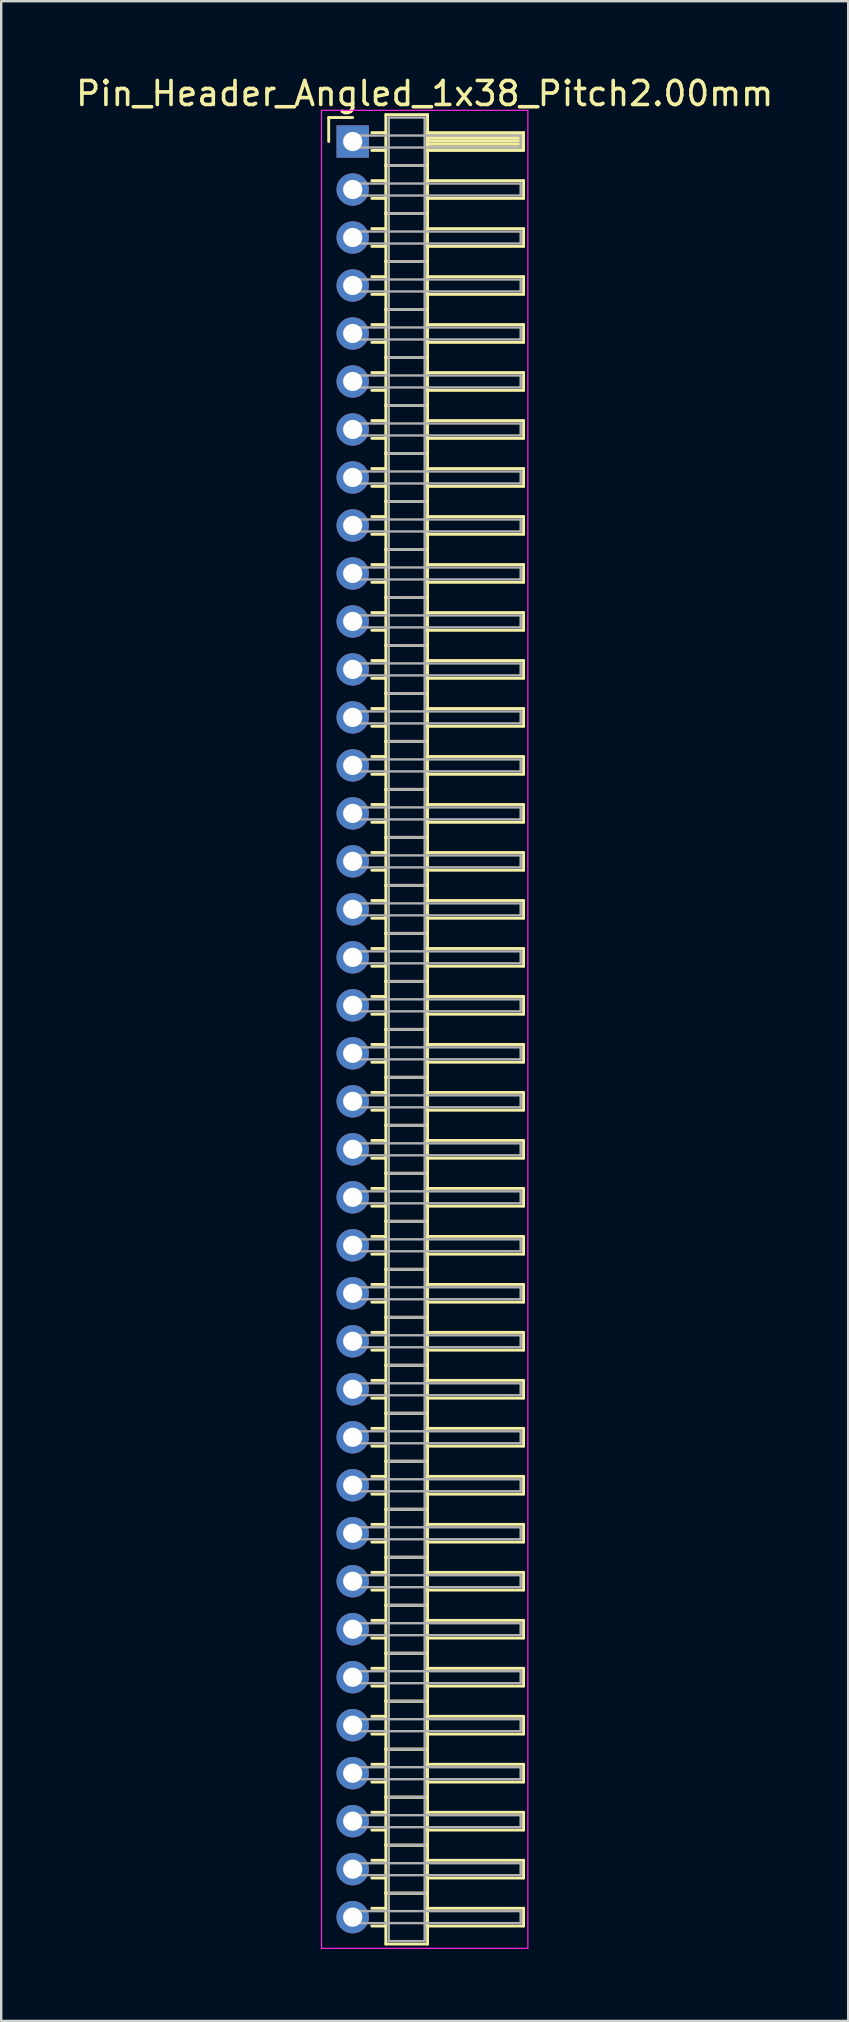
<source format=kicad_pcb>
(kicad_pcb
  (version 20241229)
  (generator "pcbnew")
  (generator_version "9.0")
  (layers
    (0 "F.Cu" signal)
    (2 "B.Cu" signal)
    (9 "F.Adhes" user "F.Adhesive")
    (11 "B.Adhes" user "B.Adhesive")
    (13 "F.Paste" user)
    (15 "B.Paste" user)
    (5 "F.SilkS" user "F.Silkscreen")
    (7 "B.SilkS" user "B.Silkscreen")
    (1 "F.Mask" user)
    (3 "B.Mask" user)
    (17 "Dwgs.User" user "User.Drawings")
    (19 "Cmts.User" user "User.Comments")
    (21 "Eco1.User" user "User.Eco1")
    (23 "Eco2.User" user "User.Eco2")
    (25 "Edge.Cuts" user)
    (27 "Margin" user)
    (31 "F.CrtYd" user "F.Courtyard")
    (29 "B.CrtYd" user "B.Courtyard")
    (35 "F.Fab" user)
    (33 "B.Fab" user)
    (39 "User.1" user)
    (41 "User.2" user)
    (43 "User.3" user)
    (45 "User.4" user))
  (footprint "Pin_Header_Angled_1x38_Pitch2.00mm"
    (layer "F.Cu")
    (at 11.649 2.848)
    (property "Reference" "Pin_Header_Angled_1x38_Pitch2.00mm" (at 3 -2 0) (layer "F.SilkS") (effects (font (size 1 1) (thickness 0.15))))
    (attr through_hole)
    (fp_line (start -1 -1) (end 0 -1) (stroke (width 0.12) (type solid)) (layer "F.SilkS"))
    (fp_line (start -1 0) (end -1 -1) (stroke (width 0.12) (type solid)) (layer "F.SilkS"))
    (fp_line (start 0.795 -0.37) (end 1.38 -0.37) (stroke (width 0.12) (type solid)) (layer "F.SilkS"))
    (fp_line (start 0.795 0.37) (end 1.38 0.37) (stroke (width 0.12) (type solid)) (layer "F.SilkS"))
    (fp_line (start 0.795 1.63) (end 1.38 1.63) (stroke (width 0.12) (type solid)) (layer "F.SilkS"))
    (fp_line (start 0.795 2.37) (end 1.38 2.37) (stroke (width 0.12) (type solid)) (layer "F.SilkS"))
    (fp_line (start 0.795 3.63) (end 1.38 3.63) (stroke (width 0.12) (type solid)) (layer "F.SilkS"))
    (fp_line (start 0.795 4.37) (end 1.38 4.37) (stroke (width 0.12) (type solid)) (layer "F.SilkS"))
    (fp_line (start 0.795 5.63) (end 1.38 5.63) (stroke (width 0.12) (type solid)) (layer "F.SilkS"))
    (fp_line (start 0.795 6.37) (end 1.38 6.37) (stroke (width 0.12) (type solid)) (layer "F.SilkS"))
    (fp_line (start 0.795 7.63) (end 1.38 7.63) (stroke (width 0.12) (type solid)) (layer "F.SilkS"))
    (fp_line (start 0.795 8.37) (end 1.38 8.37) (stroke (width 0.12) (type solid)) (layer "F.SilkS"))
    (fp_line (start 0.795 9.63) (end 1.38 9.63) (stroke (width 0.12) (type solid)) (layer "F.SilkS"))
    (fp_line (start 0.795 10.37) (end 1.38 10.37) (stroke (width 0.12) (type solid)) (layer "F.SilkS"))
    (fp_line (start 0.795 11.63) (end 1.38 11.63) (stroke (width 0.12) (type solid)) (layer "F.SilkS"))
    (fp_line (start 0.795 12.37) (end 1.38 12.37) (stroke (width 0.12) (type solid)) (layer "F.SilkS"))
    (fp_line (start 0.795 13.63) (end 1.38 13.63) (stroke (width 0.12) (type solid)) (layer "F.SilkS"))
    (fp_line (start 0.795 14.37) (end 1.38 14.37) (stroke (width 0.12) (type solid)) (layer "F.SilkS"))
    (fp_line (start 0.795 15.63) (end 1.38 15.63) (stroke (width 0.12) (type solid)) (layer "F.SilkS"))
    (fp_line (start 0.795 16.37) (end 1.38 16.37) (stroke (width 0.12) (type solid)) (layer "F.SilkS"))
    (fp_line (start 0.795 17.63) (end 1.38 17.63) (stroke (width 0.12) (type solid)) (layer "F.SilkS"))
    (fp_line (start 0.795 18.37) (end 1.38 18.37) (stroke (width 0.12) (type solid)) (layer "F.SilkS"))
    (fp_line (start 0.795 19.63) (end 1.38 19.63) (stroke (width 0.12) (type solid)) (layer "F.SilkS"))
    (fp_line (start 0.795 20.37) (end 1.38 20.37) (stroke (width 0.12) (type solid)) (layer "F.SilkS"))
    (fp_line (start 0.795 21.63) (end 1.38 21.63) (stroke (width 0.12) (type solid)) (layer "F.SilkS"))
    (fp_line (start 0.795 22.37) (end 1.38 22.37) (stroke (width 0.12) (type solid)) (layer "F.SilkS"))
    (fp_line (start 0.795 23.63) (end 1.38 23.63) (stroke (width 0.12) (type solid)) (layer "F.SilkS"))
    (fp_line (start 0.795 24.37) (end 1.38 24.37) (stroke (width 0.12) (type solid)) (layer "F.SilkS"))
    (fp_line (start 0.795 25.63) (end 1.38 25.63) (stroke (width 0.12) (type solid)) (layer "F.SilkS"))
    (fp_line (start 0.795 26.37) (end 1.38 26.37) (stroke (width 0.12) (type solid)) (layer "F.SilkS"))
    (fp_line (start 0.795 27.63) (end 1.38 27.63) (stroke (width 0.12) (type solid)) (layer "F.SilkS"))
    (fp_line (start 0.795 28.37) (end 1.38 28.37) (stroke (width 0.12) (type solid)) (layer "F.SilkS"))
    (fp_line (start 0.795 29.63) (end 1.38 29.63) (stroke (width 0.12) (type solid)) (layer "F.SilkS"))
    (fp_line (start 0.795 30.37) (end 1.38 30.37) (stroke (width 0.12) (type solid)) (layer "F.SilkS"))
    (fp_line (start 0.795 31.63) (end 1.38 31.63) (stroke (width 0.12) (type solid)) (layer "F.SilkS"))
    (fp_line (start 0.795 32.37) (end 1.38 32.37) (stroke (width 0.12) (type solid)) (layer "F.SilkS"))
    (fp_line (start 0.795 33.63) (end 1.38 33.63) (stroke (width 0.12) (type solid)) (layer "F.SilkS"))
    (fp_line (start 0.795 34.37) (end 1.38 34.37) (stroke (width 0.12) (type solid)) (layer "F.SilkS"))
    (fp_line (start 0.795 35.63) (end 1.38 35.63) (stroke (width 0.12) (type solid)) (layer "F.SilkS"))
    (fp_line (start 0.795 36.37) (end 1.38 36.37) (stroke (width 0.12) (type solid)) (layer "F.SilkS"))
    (fp_line (start 0.795 37.63) (end 1.38 37.63) (stroke (width 0.12) (type solid)) (layer "F.SilkS"))
    (fp_line (start 0.795 38.37) (end 1.38 38.37) (stroke (width 0.12) (type solid)) (layer "F.SilkS"))
    (fp_line (start 0.795 39.63) (end 1.38 39.63) (stroke (width 0.12) (type solid)) (layer "F.SilkS"))
    (fp_line (start 0.795 40.37) (end 1.38 40.37) (stroke (width 0.12) (type solid)) (layer "F.SilkS"))
    (fp_line (start 0.795 41.63) (end 1.38 41.63) (stroke (width 0.12) (type solid)) (layer "F.SilkS"))
    (fp_line (start 0.795 42.37) (end 1.38 42.37) (stroke (width 0.12) (type solid)) (layer "F.SilkS"))
    (fp_line (start 0.795 43.63) (end 1.38 43.63) (stroke (width 0.12) (type solid)) (layer "F.SilkS"))
    (fp_line (start 0.795 44.37) (end 1.38 44.37) (stroke (width 0.12) (type solid)) (layer "F.SilkS"))
    (fp_line (start 0.795 45.63) (end 1.38 45.63) (stroke (width 0.12) (type solid)) (layer "F.SilkS"))
    (fp_line (start 0.795 46.37) (end 1.38 46.37) (stroke (width 0.12) (type solid)) (layer "F.SilkS"))
    (fp_line (start 0.795 47.63) (end 1.38 47.63) (stroke (width 0.12) (type solid)) (layer "F.SilkS"))
    (fp_line (start 0.795 48.37) (end 1.38 48.37) (stroke (width 0.12) (type solid)) (layer "F.SilkS"))
    (fp_line (start 0.795 49.63) (end 1.38 49.63) (stroke (width 0.12) (type solid)) (layer "F.SilkS"))
    (fp_line (start 0.795 50.37) (end 1.38 50.37) (stroke (width 0.12) (type solid)) (layer "F.SilkS"))
    (fp_line (start 0.795 51.63) (end 1.38 51.63) (stroke (width 0.12) (type solid)) (layer "F.SilkS"))
    (fp_line (start 0.795 52.37) (end 1.38 52.37) (stroke (width 0.12) (type solid)) (layer "F.SilkS"))
    (fp_line (start 0.795 53.63) (end 1.38 53.63) (stroke (width 0.12) (type solid)) (layer "F.SilkS"))
    (fp_line (start 0.795 54.37) (end 1.38 54.37) (stroke (width 0.12) (type solid)) (layer "F.SilkS"))
    (fp_line (start 0.795 55.63) (end 1.38 55.63) (stroke (width 0.12) (type solid)) (layer "F.SilkS"))
    (fp_line (start 0.795 56.37) (end 1.38 56.37) (stroke (width 0.12) (type solid)) (layer "F.SilkS"))
    (fp_line (start 0.795 57.63) (end 1.38 57.63) (stroke (width 0.12) (type solid)) (layer "F.SilkS"))
    (fp_line (start 0.795 58.37) (end 1.38 58.37) (stroke (width 0.12) (type solid)) (layer "F.SilkS"))
    (fp_line (start 0.795 59.63) (end 1.38 59.63) (stroke (width 0.12) (type solid)) (layer "F.SilkS"))
    (fp_line (start 0.795 60.37) (end 1.38 60.37) (stroke (width 0.12) (type solid)) (layer "F.SilkS"))
    (fp_line (start 0.795 61.63) (end 1.38 61.63) (stroke (width 0.12) (type solid)) (layer "F.SilkS"))
    (fp_line (start 0.795 62.37) (end 1.38 62.37) (stroke (width 0.12) (type solid)) (layer "F.SilkS"))
    (fp_line (start 0.795 63.63) (end 1.38 63.63) (stroke (width 0.12) (type solid)) (layer "F.SilkS"))
    (fp_line (start 0.795 64.37) (end 1.38 64.37) (stroke (width 0.12) (type solid)) (layer "F.SilkS"))
    (fp_line (start 0.795 65.63) (end 1.38 65.63) (stroke (width 0.12) (type solid)) (layer "F.SilkS"))
    (fp_line (start 0.795 66.37) (end 1.38 66.37) (stroke (width 0.12) (type solid)) (layer "F.SilkS"))
    (fp_line (start 0.795 67.63) (end 1.38 67.63) (stroke (width 0.12) (type solid)) (layer "F.SilkS"))
    (fp_line (start 0.795 68.37) (end 1.38 68.37) (stroke (width 0.12) (type solid)) (layer "F.SilkS"))
    (fp_line (start 0.795 69.63) (end 1.38 69.63) (stroke (width 0.12) (type solid)) (layer "F.SilkS"))
    (fp_line (start 0.795 70.37) (end 1.38 70.37) (stroke (width 0.12) (type solid)) (layer "F.SilkS"))
    (fp_line (start 0.795 71.63) (end 1.38 71.63) (stroke (width 0.12) (type solid)) (layer "F.SilkS"))
    (fp_line (start 0.795 72.37) (end 1.38 72.37) (stroke (width 0.12) (type solid)) (layer "F.SilkS"))
    (fp_line (start 0.795 73.63) (end 1.38 73.63) (stroke (width 0.12) (type solid)) (layer "F.SilkS"))
    (fp_line (start 0.795 74.37) (end 1.38 74.37) (stroke (width 0.12) (type solid)) (layer "F.SilkS"))
    (fp_line (start 1.38 -1.12) (end 1.38 1) (stroke (width 0.12) (type solid)) (layer "F.SilkS"))
    (fp_line (start 1.38 1) (end 1.38 3) (stroke (width 0.12) (type solid)) (layer "F.SilkS"))
    (fp_line (start 1.38 1) (end 3.12 1) (stroke (width 0.12) (type solid)) (layer "F.SilkS"))
    (fp_line (start 1.38 3) (end 1.38 5) (stroke (width 0.12) (type solid)) (layer "F.SilkS"))
    (fp_line (start 1.38 3) (end 3.12 3) (stroke (width 0.12) (type solid)) (layer "F.SilkS"))
    (fp_line (start 1.38 5) (end 1.38 7) (stroke (width 0.12) (type solid)) (layer "F.SilkS"))
    (fp_line (start 1.38 5) (end 3.12 5) (stroke (width 0.12) (type solid)) (layer "F.SilkS"))
    (fp_line (start 1.38 7) (end 1.38 9) (stroke (width 0.12) (type solid)) (layer "F.SilkS"))
    (fp_line (start 1.38 7) (end 3.12 7) (stroke (width 0.12) (type solid)) (layer "F.SilkS"))
    (fp_line (start 1.38 9) (end 1.38 11) (stroke (width 0.12) (type solid)) (layer "F.SilkS"))
    (fp_line (start 1.38 9) (end 3.12 9) (stroke (width 0.12) (type solid)) (layer "F.SilkS"))
    (fp_line (start 1.38 11) (end 1.38 13) (stroke (width 0.12) (type solid)) (layer "F.SilkS"))
    (fp_line (start 1.38 11) (end 3.12 11) (stroke (width 0.12) (type solid)) (layer "F.SilkS"))
    (fp_line (start 1.38 13) (end 1.38 15) (stroke (width 0.12) (type solid)) (layer "F.SilkS"))
    (fp_line (start 1.38 13) (end 3.12 13) (stroke (width 0.12) (type solid)) (layer "F.SilkS"))
    (fp_line (start 1.38 15) (end 1.38 17) (stroke (width 0.12) (type solid)) (layer "F.SilkS"))
    (fp_line (start 1.38 15) (end 3.12 15) (stroke (width 0.12) (type solid)) (layer "F.SilkS"))
    (fp_line (start 1.38 17) (end 1.38 19) (stroke (width 0.12) (type solid)) (layer "F.SilkS"))
    (fp_line (start 1.38 17) (end 3.12 17) (stroke (width 0.12) (type solid)) (layer "F.SilkS"))
    (fp_line (start 1.38 19) (end 1.38 21) (stroke (width 0.12) (type solid)) (layer "F.SilkS"))
    (fp_line (start 1.38 19) (end 3.12 19) (stroke (width 0.12) (type solid)) (layer "F.SilkS"))
    (fp_line (start 1.38 21) (end 1.38 23) (stroke (width 0.12) (type solid)) (layer "F.SilkS"))
    (fp_line (start 1.38 21) (end 3.12 21) (stroke (width 0.12) (type solid)) (layer "F.SilkS"))
    (fp_line (start 1.38 23) (end 1.38 25) (stroke (width 0.12) (type solid)) (layer "F.SilkS"))
    (fp_line (start 1.38 23) (end 3.12 23) (stroke (width 0.12) (type solid)) (layer "F.SilkS"))
    (fp_line (start 1.38 25) (end 1.38 27) (stroke (width 0.12) (type solid)) (layer "F.SilkS"))
    (fp_line (start 1.38 25) (end 3.12 25) (stroke (width 0.12) (type solid)) (layer "F.SilkS"))
    (fp_line (start 1.38 27) (end 1.38 29) (stroke (width 0.12) (type solid)) (layer "F.SilkS"))
    (fp_line (start 1.38 27) (end 3.12 27) (stroke (width 0.12) (type solid)) (layer "F.SilkS"))
    (fp_line (start 1.38 29) (end 1.38 31) (stroke (width 0.12) (type solid)) (layer "F.SilkS"))
    (fp_line (start 1.38 29) (end 3.12 29) (stroke (width 0.12) (type solid)) (layer "F.SilkS"))
    (fp_line (start 1.38 31) (end 1.38 33) (stroke (width 0.12) (type solid)) (layer "F.SilkS"))
    (fp_line (start 1.38 31) (end 3.12 31) (stroke (width 0.12) (type solid)) (layer "F.SilkS"))
    (fp_line (start 1.38 33) (end 1.38 35) (stroke (width 0.12) (type solid)) (layer "F.SilkS"))
    (fp_line (start 1.38 33) (end 3.12 33) (stroke (width 0.12) (type solid)) (layer "F.SilkS"))
    (fp_line (start 1.38 35) (end 1.38 37) (stroke (width 0.12) (type solid)) (layer "F.SilkS"))
    (fp_line (start 1.38 35) (end 3.12 35) (stroke (width 0.12) (type solid)) (layer "F.SilkS"))
    (fp_line (start 1.38 37) (end 1.38 39) (stroke (width 0.12) (type solid)) (layer "F.SilkS"))
    (fp_line (start 1.38 37) (end 3.12 37) (stroke (width 0.12) (type solid)) (layer "F.SilkS"))
    (fp_line (start 1.38 39) (end 1.38 41) (stroke (width 0.12) (type solid)) (layer "F.SilkS"))
    (fp_line (start 1.38 39) (end 3.12 39) (stroke (width 0.12) (type solid)) (layer "F.SilkS"))
    (fp_line (start 1.38 41) (end 1.38 43) (stroke (width 0.12) (type solid)) (layer "F.SilkS"))
    (fp_line (start 1.38 41) (end 3.12 41) (stroke (width 0.12) (type solid)) (layer "F.SilkS"))
    (fp_line (start 1.38 43) (end 1.38 45) (stroke (width 0.12) (type solid)) (layer "F.SilkS"))
    (fp_line (start 1.38 43) (end 3.12 43) (stroke (width 0.12) (type solid)) (layer "F.SilkS"))
    (fp_line (start 1.38 45) (end 1.38 47) (stroke (width 0.12) (type solid)) (layer "F.SilkS"))
    (fp_line (start 1.38 45) (end 3.12 45) (stroke (width 0.12) (type solid)) (layer "F.SilkS"))
    (fp_line (start 1.38 47) (end 1.38 49) (stroke (width 0.12) (type solid)) (layer "F.SilkS"))
    (fp_line (start 1.38 47) (end 3.12 47) (stroke (width 0.12) (type solid)) (layer "F.SilkS"))
    (fp_line (start 1.38 49) (end 1.38 51) (stroke (width 0.12) (type solid)) (layer "F.SilkS"))
    (fp_line (start 1.38 49) (end 3.12 49) (stroke (width 0.12) (type solid)) (layer "F.SilkS"))
    (fp_line (start 1.38 51) (end 1.38 53) (stroke (width 0.12) (type solid)) (layer "F.SilkS"))
    (fp_line (start 1.38 51) (end 3.12 51) (stroke (width 0.12) (type solid)) (layer "F.SilkS"))
    (fp_line (start 1.38 53) (end 1.38 55) (stroke (width 0.12) (type solid)) (layer "F.SilkS"))
    (fp_line (start 1.38 53) (end 3.12 53) (stroke (width 0.12) (type solid)) (layer "F.SilkS"))
    (fp_line (start 1.38 55) (end 1.38 57) (stroke (width 0.12) (type solid)) (layer "F.SilkS"))
    (fp_line (start 1.38 55) (end 3.12 55) (stroke (width 0.12) (type solid)) (layer "F.SilkS"))
    (fp_line (start 1.38 57) (end 1.38 59) (stroke (width 0.12) (type solid)) (layer "F.SilkS"))
    (fp_line (start 1.38 57) (end 3.12 57) (stroke (width 0.12) (type solid)) (layer "F.SilkS"))
    (fp_line (start 1.38 59) (end 1.38 61) (stroke (width 0.12) (type solid)) (layer "F.SilkS"))
    (fp_line (start 1.38 59) (end 3.12 59) (stroke (width 0.12) (type solid)) (layer "F.SilkS"))
    (fp_line (start 1.38 61) (end 1.38 63) (stroke (width 0.12) (type solid)) (layer "F.SilkS"))
    (fp_line (start 1.38 61) (end 3.12 61) (stroke (width 0.12) (type solid)) (layer "F.SilkS"))
    (fp_line (start 1.38 63) (end 1.38 65) (stroke (width 0.12) (type solid)) (layer "F.SilkS"))
    (fp_line (start 1.38 63) (end 3.12 63) (stroke (width 0.12) (type solid)) (layer "F.SilkS"))
    (fp_line (start 1.38 65) (end 1.38 67) (stroke (width 0.12) (type solid)) (layer "F.SilkS"))
    (fp_line (start 1.38 65) (end 3.12 65) (stroke (width 0.12) (type solid)) (layer "F.SilkS"))
    (fp_line (start 1.38 67) (end 1.38 69) (stroke (width 0.12) (type solid)) (layer "F.SilkS"))
    (fp_line (start 1.38 67) (end 3.12 67) (stroke (width 0.12) (type solid)) (layer "F.SilkS"))
    (fp_line (start 1.38 69) (end 1.38 71) (stroke (width 0.12) (type solid)) (layer "F.SilkS"))
    (fp_line (start 1.38 69) (end 3.12 69) (stroke (width 0.12) (type solid)) (layer "F.SilkS"))
    (fp_line (start 1.38 71) (end 1.38 73) (stroke (width 0.12) (type solid)) (layer "F.SilkS"))
    (fp_line (start 1.38 71) (end 3.12 71) (stroke (width 0.12) (type solid)) (layer "F.SilkS"))
    (fp_line (start 1.38 73) (end 1.38 75.12) (stroke (width 0.12) (type solid)) (layer "F.SilkS"))
    (fp_line (start 1.38 73) (end 3.12 73) (stroke (width 0.12) (type solid)) (layer "F.SilkS"))
    (fp_line (start 1.38 75.12) (end 3.12 75.12) (stroke (width 0.12) (type solid)) (layer "F.SilkS"))
    (fp_line (start 3.12 -1.12) (end 1.38 -1.12) (stroke (width 0.12) (type solid)) (layer "F.SilkS"))
    (fp_line (start 3.12 -0.37) (end 3.12 0.37) (stroke (width 0.12) (type solid)) (layer "F.SilkS"))
    (fp_line (start 3.12 -0.25) (end 7.12 -0.25) (stroke (width 0.12) (type solid)) (layer "F.SilkS"))
    (fp_line (start 3.12 -0.13) (end 7.12 -0.13) (stroke (width 0.12) (type solid)) (layer "F.SilkS"))
    (fp_line (start 3.12 -0.01) (end 7.12 -0.01) (stroke (width 0.12) (type solid)) (layer "F.SilkS"))
    (fp_line (start 3.12 0.11) (end 7.12 0.11) (stroke (width 0.12) (type solid)) (layer "F.SilkS"))
    (fp_line (start 3.12 0.23) (end 7.12 0.23) (stroke (width 0.12) (type solid)) (layer "F.SilkS"))
    (fp_line (start 3.12 0.35) (end 7.12 0.35) (stroke (width 0.12) (type solid)) (layer "F.SilkS"))
    (fp_line (start 3.12 0.37) (end 7.12 0.37) (stroke (width 0.12) (type solid)) (layer "F.SilkS"))
    (fp_line (start 3.12 1) (end 1.38 1) (stroke (width 0.12) (type solid)) (layer "F.SilkS"))
    (fp_line (start 3.12 1) (end 3.12 -1.12) (stroke (width 0.12) (type solid)) (layer "F.SilkS"))
    (fp_line (start 3.12 1.63) (end 3.12 2.37) (stroke (width 0.12) (type solid)) (layer "F.SilkS"))
    (fp_line (start 3.12 2.37) (end 7.12 2.37) (stroke (width 0.12) (type solid)) (layer "F.SilkS"))
    (fp_line (start 3.12 3) (end 1.38 3) (stroke (width 0.12) (type solid)) (layer "F.SilkS"))
    (fp_line (start 3.12 3) (end 3.12 1) (stroke (width 0.12) (type solid)) (layer "F.SilkS"))
    (fp_line (start 3.12 3.63) (end 3.12 4.37) (stroke (width 0.12) (type solid)) (layer "F.SilkS"))
    (fp_line (start 3.12 4.37) (end 7.12 4.37) (stroke (width 0.12) (type solid)) (layer "F.SilkS"))
    (fp_line (start 3.12 5) (end 1.38 5) (stroke (width 0.12) (type solid)) (layer "F.SilkS"))
    (fp_line (start 3.12 5) (end 3.12 3) (stroke (width 0.12) (type solid)) (layer "F.SilkS"))
    (fp_line (start 3.12 5.63) (end 3.12 6.37) (stroke (width 0.12) (type solid)) (layer "F.SilkS"))
    (fp_line (start 3.12 6.37) (end 7.12 6.37) (stroke (width 0.12) (type solid)) (layer "F.SilkS"))
    (fp_line (start 3.12 7) (end 1.38 7) (stroke (width 0.12) (type solid)) (layer "F.SilkS"))
    (fp_line (start 3.12 7) (end 3.12 5) (stroke (width 0.12) (type solid)) (layer "F.SilkS"))
    (fp_line (start 3.12 7.63) (end 3.12 8.37) (stroke (width 0.12) (type solid)) (layer "F.SilkS"))
    (fp_line (start 3.12 8.37) (end 7.12 8.37) (stroke (width 0.12) (type solid)) (layer "F.SilkS"))
    (fp_line (start 3.12 9) (end 1.38 9) (stroke (width 0.12) (type solid)) (layer "F.SilkS"))
    (fp_line (start 3.12 9) (end 3.12 7) (stroke (width 0.12) (type solid)) (layer "F.SilkS"))
    (fp_line (start 3.12 9.63) (end 3.12 10.37) (stroke (width 0.12) (type solid)) (layer "F.SilkS"))
    (fp_line (start 3.12 10.37) (end 7.12 10.37) (stroke (width 0.12) (type solid)) (layer "F.SilkS"))
    (fp_line (start 3.12 11) (end 1.38 11) (stroke (width 0.12) (type solid)) (layer "F.SilkS"))
    (fp_line (start 3.12 11) (end 3.12 9) (stroke (width 0.12) (type solid)) (layer "F.SilkS"))
    (fp_line (start 3.12 11.63) (end 3.12 12.37) (stroke (width 0.12) (type solid)) (layer "F.SilkS"))
    (fp_line (start 3.12 12.37) (end 7.12 12.37) (stroke (width 0.12) (type solid)) (layer "F.SilkS"))
    (fp_line (start 3.12 13) (end 1.38 13) (stroke (width 0.12) (type solid)) (layer "F.SilkS"))
    (fp_line (start 3.12 13) (end 3.12 11) (stroke (width 0.12) (type solid)) (layer "F.SilkS"))
    (fp_line (start 3.12 13.63) (end 3.12 14.37) (stroke (width 0.12) (type solid)) (layer "F.SilkS"))
    (fp_line (start 3.12 14.37) (end 7.12 14.37) (stroke (width 0.12) (type solid)) (layer "F.SilkS"))
    (fp_line (start 3.12 15) (end 1.38 15) (stroke (width 0.12) (type solid)) (layer "F.SilkS"))
    (fp_line (start 3.12 15) (end 3.12 13) (stroke (width 0.12) (type solid)) (layer "F.SilkS"))
    (fp_line (start 3.12 15.63) (end 3.12 16.37) (stroke (width 0.12) (type solid)) (layer "F.SilkS"))
    (fp_line (start 3.12 16.37) (end 7.12 16.37) (stroke (width 0.12) (type solid)) (layer "F.SilkS"))
    (fp_line (start 3.12 17) (end 1.38 17) (stroke (width 0.12) (type solid)) (layer "F.SilkS"))
    (fp_line (start 3.12 17) (end 3.12 15) (stroke (width 0.12) (type solid)) (layer "F.SilkS"))
    (fp_line (start 3.12 17.63) (end 3.12 18.37) (stroke (width 0.12) (type solid)) (layer "F.SilkS"))
    (fp_line (start 3.12 18.37) (end 7.12 18.37) (stroke (width 0.12) (type solid)) (layer "F.SilkS"))
    (fp_line (start 3.12 19) (end 1.38 19) (stroke (width 0.12) (type solid)) (layer "F.SilkS"))
    (fp_line (start 3.12 19) (end 3.12 17) (stroke (width 0.12) (type solid)) (layer "F.SilkS"))
    (fp_line (start 3.12 19.63) (end 3.12 20.37) (stroke (width 0.12) (type solid)) (layer "F.SilkS"))
    (fp_line (start 3.12 20.37) (end 7.12 20.37) (stroke (width 0.12) (type solid)) (layer "F.SilkS"))
    (fp_line (start 3.12 21) (end 1.38 21) (stroke (width 0.12) (type solid)) (layer "F.SilkS"))
    (fp_line (start 3.12 21) (end 3.12 19) (stroke (width 0.12) (type solid)) (layer "F.SilkS"))
    (fp_line (start 3.12 21.63) (end 3.12 22.37) (stroke (width 0.12) (type solid)) (layer "F.SilkS"))
    (fp_line (start 3.12 22.37) (end 7.12 22.37) (stroke (width 0.12) (type solid)) (layer "F.SilkS"))
    (fp_line (start 3.12 23) (end 1.38 23) (stroke (width 0.12) (type solid)) (layer "F.SilkS"))
    (fp_line (start 3.12 23) (end 3.12 21) (stroke (width 0.12) (type solid)) (layer "F.SilkS"))
    (fp_line (start 3.12 23.63) (end 3.12 24.37) (stroke (width 0.12) (type solid)) (layer "F.SilkS"))
    (fp_line (start 3.12 24.37) (end 7.12 24.37) (stroke (width 0.12) (type solid)) (layer "F.SilkS"))
    (fp_line (start 3.12 25) (end 1.38 25) (stroke (width 0.12) (type solid)) (layer "F.SilkS"))
    (fp_line (start 3.12 25) (end 3.12 23) (stroke (width 0.12) (type solid)) (layer "F.SilkS"))
    (fp_line (start 3.12 25.63) (end 3.12 26.37) (stroke (width 0.12) (type solid)) (layer "F.SilkS"))
    (fp_line (start 3.12 26.37) (end 7.12 26.37) (stroke (width 0.12) (type solid)) (layer "F.SilkS"))
    (fp_line (start 3.12 27) (end 1.38 27) (stroke (width 0.12) (type solid)) (layer "F.SilkS"))
    (fp_line (start 3.12 27) (end 3.12 25) (stroke (width 0.12) (type solid)) (layer "F.SilkS"))
    (fp_line (start 3.12 27.63) (end 3.12 28.37) (stroke (width 0.12) (type solid)) (layer "F.SilkS"))
    (fp_line (start 3.12 28.37) (end 7.12 28.37) (stroke (width 0.12) (type solid)) (layer "F.SilkS"))
    (fp_line (start 3.12 29) (end 1.38 29) (stroke (width 0.12) (type solid)) (layer "F.SilkS"))
    (fp_line (start 3.12 29) (end 3.12 27) (stroke (width 0.12) (type solid)) (layer "F.SilkS"))
    (fp_line (start 3.12 29.63) (end 3.12 30.37) (stroke (width 0.12) (type solid)) (layer "F.SilkS"))
    (fp_line (start 3.12 30.37) (end 7.12 30.37) (stroke (width 0.12) (type solid)) (layer "F.SilkS"))
    (fp_line (start 3.12 31) (end 1.38 31) (stroke (width 0.12) (type solid)) (layer "F.SilkS"))
    (fp_line (start 3.12 31) (end 3.12 29) (stroke (width 0.12) (type solid)) (layer "F.SilkS"))
    (fp_line (start 3.12 31.63) (end 3.12 32.37) (stroke (width 0.12) (type solid)) (layer "F.SilkS"))
    (fp_line (start 3.12 32.37) (end 7.12 32.37) (stroke (width 0.12) (type solid)) (layer "F.SilkS"))
    (fp_line (start 3.12 33) (end 1.38 33) (stroke (width 0.12) (type solid)) (layer "F.SilkS"))
    (fp_line (start 3.12 33) (end 3.12 31) (stroke (width 0.12) (type solid)) (layer "F.SilkS"))
    (fp_line (start 3.12 33.63) (end 3.12 34.37) (stroke (width 0.12) (type solid)) (layer "F.SilkS"))
    (fp_line (start 3.12 34.37) (end 7.12 34.37) (stroke (width 0.12) (type solid)) (layer "F.SilkS"))
    (fp_line (start 3.12 35) (end 1.38 35) (stroke (width 0.12) (type solid)) (layer "F.SilkS"))
    (fp_line (start 3.12 35) (end 3.12 33) (stroke (width 0.12) (type solid)) (layer "F.SilkS"))
    (fp_line (start 3.12 35.63) (end 3.12 36.37) (stroke (width 0.12) (type solid)) (layer "F.SilkS"))
    (fp_line (start 3.12 36.37) (end 7.12 36.37) (stroke (width 0.12) (type solid)) (layer "F.SilkS"))
    (fp_line (start 3.12 37) (end 1.38 37) (stroke (width 0.12) (type solid)) (layer "F.SilkS"))
    (fp_line (start 3.12 37) (end 3.12 35) (stroke (width 0.12) (type solid)) (layer "F.SilkS"))
    (fp_line (start 3.12 37.63) (end 3.12 38.37) (stroke (width 0.12) (type solid)) (layer "F.SilkS"))
    (fp_line (start 3.12 38.37) (end 7.12 38.37) (stroke (width 0.12) (type solid)) (layer "F.SilkS"))
    (fp_line (start 3.12 39) (end 1.38 39) (stroke (width 0.12) (type solid)) (layer "F.SilkS"))
    (fp_line (start 3.12 39) (end 3.12 37) (stroke (width 0.12) (type solid)) (layer "F.SilkS"))
    (fp_line (start 3.12 39.63) (end 3.12 40.37) (stroke (width 0.12) (type solid)) (layer "F.SilkS"))
    (fp_line (start 3.12 40.37) (end 7.12 40.37) (stroke (width 0.12) (type solid)) (layer "F.SilkS"))
    (fp_line (start 3.12 41) (end 1.38 41) (stroke (width 0.12) (type solid)) (layer "F.SilkS"))
    (fp_line (start 3.12 41) (end 3.12 39) (stroke (width 0.12) (type solid)) (layer "F.SilkS"))
    (fp_line (start 3.12 41.63) (end 3.12 42.37) (stroke (width 0.12) (type solid)) (layer "F.SilkS"))
    (fp_line (start 3.12 42.37) (end 7.12 42.37) (stroke (width 0.12) (type solid)) (layer "F.SilkS"))
    (fp_line (start 3.12 43) (end 1.38 43) (stroke (width 0.12) (type solid)) (layer "F.SilkS"))
    (fp_line (start 3.12 43) (end 3.12 41) (stroke (width 0.12) (type solid)) (layer "F.SilkS"))
    (fp_line (start 3.12 43.63) (end 3.12 44.37) (stroke (width 0.12) (type solid)) (layer "F.SilkS"))
    (fp_line (start 3.12 44.37) (end 7.12 44.37) (stroke (width 0.12) (type solid)) (layer "F.SilkS"))
    (fp_line (start 3.12 45) (end 1.38 45) (stroke (width 0.12) (type solid)) (layer "F.SilkS"))
    (fp_line (start 3.12 45) (end 3.12 43) (stroke (width 0.12) (type solid)) (layer "F.SilkS"))
    (fp_line (start 3.12 45.63) (end 3.12 46.37) (stroke (width 0.12) (type solid)) (layer "F.SilkS"))
    (fp_line (start 3.12 46.37) (end 7.12 46.37) (stroke (width 0.12) (type solid)) (layer "F.SilkS"))
    (fp_line (start 3.12 47) (end 1.38 47) (stroke (width 0.12) (type solid)) (layer "F.SilkS"))
    (fp_line (start 3.12 47) (end 3.12 45) (stroke (width 0.12) (type solid)) (layer "F.SilkS"))
    (fp_line (start 3.12 47.63) (end 3.12 48.37) (stroke (width 0.12) (type solid)) (layer "F.SilkS"))
    (fp_line (start 3.12 48.37) (end 7.12 48.37) (stroke (width 0.12) (type solid)) (layer "F.SilkS"))
    (fp_line (start 3.12 49) (end 1.38 49) (stroke (width 0.12) (type solid)) (layer "F.SilkS"))
    (fp_line (start 3.12 49) (end 3.12 47) (stroke (width 0.12) (type solid)) (layer "F.SilkS"))
    (fp_line (start 3.12 49.63) (end 3.12 50.37) (stroke (width 0.12) (type solid)) (layer "F.SilkS"))
    (fp_line (start 3.12 50.37) (end 7.12 50.37) (stroke (width 0.12) (type solid)) (layer "F.SilkS"))
    (fp_line (start 3.12 51) (end 1.38 51) (stroke (width 0.12) (type solid)) (layer "F.SilkS"))
    (fp_line (start 3.12 51) (end 3.12 49) (stroke (width 0.12) (type solid)) (layer "F.SilkS"))
    (fp_line (start 3.12 51.63) (end 3.12 52.37) (stroke (width 0.12) (type solid)) (layer "F.SilkS"))
    (fp_line (start 3.12 52.37) (end 7.12 52.37) (stroke (width 0.12) (type solid)) (layer "F.SilkS"))
    (fp_line (start 3.12 53) (end 1.38 53) (stroke (width 0.12) (type solid)) (layer "F.SilkS"))
    (fp_line (start 3.12 53) (end 3.12 51) (stroke (width 0.12) (type solid)) (layer "F.SilkS"))
    (fp_line (start 3.12 53.63) (end 3.12 54.37) (stroke (width 0.12) (type solid)) (layer "F.SilkS"))
    (fp_line (start 3.12 54.37) (end 7.12 54.37) (stroke (width 0.12) (type solid)) (layer "F.SilkS"))
    (fp_line (start 3.12 55) (end 1.38 55) (stroke (width 0.12) (type solid)) (layer "F.SilkS"))
    (fp_line (start 3.12 55) (end 3.12 53) (stroke (width 0.12) (type solid)) (layer "F.SilkS"))
    (fp_line (start 3.12 55.63) (end 3.12 56.37) (stroke (width 0.12) (type solid)) (layer "F.SilkS"))
    (fp_line (start 3.12 56.37) (end 7.12 56.37) (stroke (width 0.12) (type solid)) (layer "F.SilkS"))
    (fp_line (start 3.12 57) (end 1.38 57) (stroke (width 0.12) (type solid)) (layer "F.SilkS"))
    (fp_line (start 3.12 57) (end 3.12 55) (stroke (width 0.12) (type solid)) (layer "F.SilkS"))
    (fp_line (start 3.12 57.63) (end 3.12 58.37) (stroke (width 0.12) (type solid)) (layer "F.SilkS"))
    (fp_line (start 3.12 58.37) (end 7.12 58.37) (stroke (width 0.12) (type solid)) (layer "F.SilkS"))
    (fp_line (start 3.12 59) (end 1.38 59) (stroke (width 0.12) (type solid)) (layer "F.SilkS"))
    (fp_line (start 3.12 59) (end 3.12 57) (stroke (width 0.12) (type solid)) (layer "F.SilkS"))
    (fp_line (start 3.12 59.63) (end 3.12 60.37) (stroke (width 0.12) (type solid)) (layer "F.SilkS"))
    (fp_line (start 3.12 60.37) (end 7.12 60.37) (stroke (width 0.12) (type solid)) (layer "F.SilkS"))
    (fp_line (start 3.12 61) (end 1.38 61) (stroke (width 0.12) (type solid)) (layer "F.SilkS"))
    (fp_line (start 3.12 61) (end 3.12 59) (stroke (width 0.12) (type solid)) (layer "F.SilkS"))
    (fp_line (start 3.12 61.63) (end 3.12 62.37) (stroke (width 0.12) (type solid)) (layer "F.SilkS"))
    (fp_line (start 3.12 62.37) (end 7.12 62.37) (stroke (width 0.12) (type solid)) (layer "F.SilkS"))
    (fp_line (start 3.12 63) (end 1.38 63) (stroke (width 0.12) (type solid)) (layer "F.SilkS"))
    (fp_line (start 3.12 63) (end 3.12 61) (stroke (width 0.12) (type solid)) (layer "F.SilkS"))
    (fp_line (start 3.12 63.63) (end 3.12 64.37) (stroke (width 0.12) (type solid)) (layer "F.SilkS"))
    (fp_line (start 3.12 64.37) (end 7.12 64.37) (stroke (width 0.12) (type solid)) (layer "F.SilkS"))
    (fp_line (start 3.12 65) (end 1.38 65) (stroke (width 0.12) (type solid)) (layer "F.SilkS"))
    (fp_line (start 3.12 65) (end 3.12 63) (stroke (width 0.12) (type solid)) (layer "F.SilkS"))
    (fp_line (start 3.12 65.63) (end 3.12 66.37) (stroke (width 0.12) (type solid)) (layer "F.SilkS"))
    (fp_line (start 3.12 66.37) (end 7.12 66.37) (stroke (width 0.12) (type solid)) (layer "F.SilkS"))
    (fp_line (start 3.12 67) (end 1.38 67) (stroke (width 0.12) (type solid)) (layer "F.SilkS"))
    (fp_line (start 3.12 67) (end 3.12 65) (stroke (width 0.12) (type solid)) (layer "F.SilkS"))
    (fp_line (start 3.12 67.63) (end 3.12 68.37) (stroke (width 0.12) (type solid)) (layer "F.SilkS"))
    (fp_line (start 3.12 68.37) (end 7.12 68.37) (stroke (width 0.12) (type solid)) (layer "F.SilkS"))
    (fp_line (start 3.12 69) (end 1.38 69) (stroke (width 0.12) (type solid)) (layer "F.SilkS"))
    (fp_line (start 3.12 69) (end 3.12 67) (stroke (width 0.12) (type solid)) (layer "F.SilkS"))
    (fp_line (start 3.12 69.63) (end 3.12 70.37) (stroke (width 0.12) (type solid)) (layer "F.SilkS"))
    (fp_line (start 3.12 70.37) (end 7.12 70.37) (stroke (width 0.12) (type solid)) (layer "F.SilkS"))
    (fp_line (start 3.12 71) (end 1.38 71) (stroke (width 0.12) (type solid)) (layer "F.SilkS"))
    (fp_line (start 3.12 71) (end 3.12 69) (stroke (width 0.12) (type solid)) (layer "F.SilkS"))
    (fp_line (start 3.12 71.63) (end 3.12 72.37) (stroke (width 0.12) (type solid)) (layer "F.SilkS"))
    (fp_line (start 3.12 72.37) (end 7.12 72.37) (stroke (width 0.12) (type solid)) (layer "F.SilkS"))
    (fp_line (start 3.12 73) (end 1.38 73) (stroke (width 0.12) (type solid)) (layer "F.SilkS"))
    (fp_line (start 3.12 73) (end 3.12 71) (stroke (width 0.12) (type solid)) (layer "F.SilkS"))
    (fp_line (start 3.12 73.63) (end 3.12 74.37) (stroke (width 0.12) (type solid)) (layer "F.SilkS"))
    (fp_line (start 3.12 74.37) (end 7.12 74.37) (stroke (width 0.12) (type solid)) (layer "F.SilkS"))
    (fp_line (start 3.12 75.12) (end 3.12 73) (stroke (width 0.12) (type solid)) (layer "F.SilkS"))
    (fp_line (start 7.12 -0.37) (end 3.12 -0.37) (stroke (width 0.12) (type solid)) (layer "F.SilkS"))
    (fp_line (start 7.12 0.37) (end 7.12 -0.37) (stroke (width 0.12) (type solid)) (layer "F.SilkS"))
    (fp_line (start 7.12 1.63) (end 3.12 1.63) (stroke (width 0.12) (type solid)) (layer "F.SilkS"))
    (fp_line (start 7.12 2.37) (end 7.12 1.63) (stroke (width 0.12) (type solid)) (layer "F.SilkS"))
    (fp_line (start 7.12 3.63) (end 3.12 3.63) (stroke (width 0.12) (type solid)) (layer "F.SilkS"))
    (fp_line (start 7.12 4.37) (end 7.12 3.63) (stroke (width 0.12) (type solid)) (layer "F.SilkS"))
    (fp_line (start 7.12 5.63) (end 3.12 5.63) (stroke (width 0.12) (type solid)) (layer "F.SilkS"))
    (fp_line (start 7.12 6.37) (end 7.12 5.63) (stroke (width 0.12) (type solid)) (layer "F.SilkS"))
    (fp_line (start 7.12 7.63) (end 3.12 7.63) (stroke (width 0.12) (type solid)) (layer "F.SilkS"))
    (fp_line (start 7.12 8.37) (end 7.12 7.63) (stroke (width 0.12) (type solid)) (layer "F.SilkS"))
    (fp_line (start 7.12 9.63) (end 3.12 9.63) (stroke (width 0.12) (type solid)) (layer "F.SilkS"))
    (fp_line (start 7.12 10.37) (end 7.12 9.63) (stroke (width 0.12) (type solid)) (layer "F.SilkS"))
    (fp_line (start 7.12 11.63) (end 3.12 11.63) (stroke (width 0.12) (type solid)) (layer "F.SilkS"))
    (fp_line (start 7.12 12.37) (end 7.12 11.63) (stroke (width 0.12) (type solid)) (layer "F.SilkS"))
    (fp_line (start 7.12 13.63) (end 3.12 13.63) (stroke (width 0.12) (type solid)) (layer "F.SilkS"))
    (fp_line (start 7.12 14.37) (end 7.12 13.63) (stroke (width 0.12) (type solid)) (layer "F.SilkS"))
    (fp_line (start 7.12 15.63) (end 3.12 15.63) (stroke (width 0.12) (type solid)) (layer "F.SilkS"))
    (fp_line (start 7.12 16.37) (end 7.12 15.63) (stroke (width 0.12) (type solid)) (layer "F.SilkS"))
    (fp_line (start 7.12 17.63) (end 3.12 17.63) (stroke (width 0.12) (type solid)) (layer "F.SilkS"))
    (fp_line (start 7.12 18.37) (end 7.12 17.63) (stroke (width 0.12) (type solid)) (layer "F.SilkS"))
    (fp_line (start 7.12 19.63) (end 3.12 19.63) (stroke (width 0.12) (type solid)) (layer "F.SilkS"))
    (fp_line (start 7.12 20.37) (end 7.12 19.63) (stroke (width 0.12) (type solid)) (layer "F.SilkS"))
    (fp_line (start 7.12 21.63) (end 3.12 21.63) (stroke (width 0.12) (type solid)) (layer "F.SilkS"))
    (fp_line (start 7.12 22.37) (end 7.12 21.63) (stroke (width 0.12) (type solid)) (layer "F.SilkS"))
    (fp_line (start 7.12 23.63) (end 3.12 23.63) (stroke (width 0.12) (type solid)) (layer "F.SilkS"))
    (fp_line (start 7.12 24.37) (end 7.12 23.63) (stroke (width 0.12) (type solid)) (layer "F.SilkS"))
    (fp_line (start 7.12 25.63) (end 3.12 25.63) (stroke (width 0.12) (type solid)) (layer "F.SilkS"))
    (fp_line (start 7.12 26.37) (end 7.12 25.63) (stroke (width 0.12) (type solid)) (layer "F.SilkS"))
    (fp_line (start 7.12 27.63) (end 3.12 27.63) (stroke (width 0.12) (type solid)) (layer "F.SilkS"))
    (fp_line (start 7.12 28.37) (end 7.12 27.63) (stroke (width 0.12) (type solid)) (layer "F.SilkS"))
    (fp_line (start 7.12 29.63) (end 3.12 29.63) (stroke (width 0.12) (type solid)) (layer "F.SilkS"))
    (fp_line (start 7.12 30.37) (end 7.12 29.63) (stroke (width 0.12) (type solid)) (layer "F.SilkS"))
    (fp_line (start 7.12 31.63) (end 3.12 31.63) (stroke (width 0.12) (type solid)) (layer "F.SilkS"))
    (fp_line (start 7.12 32.37) (end 7.12 31.63) (stroke (width 0.12) (type solid)) (layer "F.SilkS"))
    (fp_line (start 7.12 33.63) (end 3.12 33.63) (stroke (width 0.12) (type solid)) (layer "F.SilkS"))
    (fp_line (start 7.12 34.37) (end 7.12 33.63) (stroke (width 0.12) (type solid)) (layer "F.SilkS"))
    (fp_line (start 7.12 35.63) (end 3.12 35.63) (stroke (width 0.12) (type solid)) (layer "F.SilkS"))
    (fp_line (start 7.12 36.37) (end 7.12 35.63) (stroke (width 0.12) (type solid)) (layer "F.SilkS"))
    (fp_line (start 7.12 37.63) (end 3.12 37.63) (stroke (width 0.12) (type solid)) (layer "F.SilkS"))
    (fp_line (start 7.12 38.37) (end 7.12 37.63) (stroke (width 0.12) (type solid)) (layer "F.SilkS"))
    (fp_line (start 7.12 39.63) (end 3.12 39.63) (stroke (width 0.12) (type solid)) (layer "F.SilkS"))
    (fp_line (start 7.12 40.37) (end 7.12 39.63) (stroke (width 0.12) (type solid)) (layer "F.SilkS"))
    (fp_line (start 7.12 41.63) (end 3.12 41.63) (stroke (width 0.12) (type solid)) (layer "F.SilkS"))
    (fp_line (start 7.12 42.37) (end 7.12 41.63) (stroke (width 0.12) (type solid)) (layer "F.SilkS"))
    (fp_line (start 7.12 43.63) (end 3.12 43.63) (stroke (width 0.12) (type solid)) (layer "F.SilkS"))
    (fp_line (start 7.12 44.37) (end 7.12 43.63) (stroke (width 0.12) (type solid)) (layer "F.SilkS"))
    (fp_line (start 7.12 45.63) (end 3.12 45.63) (stroke (width 0.12) (type solid)) (layer "F.SilkS"))
    (fp_line (start 7.12 46.37) (end 7.12 45.63) (stroke (width 0.12) (type solid)) (layer "F.SilkS"))
    (fp_line (start 7.12 47.63) (end 3.12 47.63) (stroke (width 0.12) (type solid)) (layer "F.SilkS"))
    (fp_line (start 7.12 48.37) (end 7.12 47.63) (stroke (width 0.12) (type solid)) (layer "F.SilkS"))
    (fp_line (start 7.12 49.63) (end 3.12 49.63) (stroke (width 0.12) (type solid)) (layer "F.SilkS"))
    (fp_line (start 7.12 50.37) (end 7.12 49.63) (stroke (width 0.12) (type solid)) (layer "F.SilkS"))
    (fp_line (start 7.12 51.63) (end 3.12 51.63) (stroke (width 0.12) (type solid)) (layer "F.SilkS"))
    (fp_line (start 7.12 52.37) (end 7.12 51.63) (stroke (width 0.12) (type solid)) (layer "F.SilkS"))
    (fp_line (start 7.12 53.63) (end 3.12 53.63) (stroke (width 0.12) (type solid)) (layer "F.SilkS"))
    (fp_line (start 7.12 54.37) (end 7.12 53.63) (stroke (width 0.12) (type solid)) (layer "F.SilkS"))
    (fp_line (start 7.12 55.63) (end 3.12 55.63) (stroke (width 0.12) (type solid)) (layer "F.SilkS"))
    (fp_line (start 7.12 56.37) (end 7.12 55.63) (stroke (width 0.12) (type solid)) (layer "F.SilkS"))
    (fp_line (start 7.12 57.63) (end 3.12 57.63) (stroke (width 0.12) (type solid)) (layer "F.SilkS"))
    (fp_line (start 7.12 58.37) (end 7.12 57.63) (stroke (width 0.12) (type solid)) (layer "F.SilkS"))
    (fp_line (start 7.12 59.63) (end 3.12 59.63) (stroke (width 0.12) (type solid)) (layer "F.SilkS"))
    (fp_line (start 7.12 60.37) (end 7.12 59.63) (stroke (width 0.12) (type solid)) (layer "F.SilkS"))
    (fp_line (start 7.12 61.63) (end 3.12 61.63) (stroke (width 0.12) (type solid)) (layer "F.SilkS"))
    (fp_line (start 7.12 62.37) (end 7.12 61.63) (stroke (width 0.12) (type solid)) (layer "F.SilkS"))
    (fp_line (start 7.12 63.63) (end 3.12 63.63) (stroke (width 0.12) (type solid)) (layer "F.SilkS"))
    (fp_line (start 7.12 64.37) (end 7.12 63.63) (stroke (width 0.12) (type solid)) (layer "F.SilkS"))
    (fp_line (start 7.12 65.63) (end 3.12 65.63) (stroke (width 0.12) (type solid)) (layer "F.SilkS"))
    (fp_line (start 7.12 66.37) (end 7.12 65.63) (stroke (width 0.12) (type solid)) (layer "F.SilkS"))
    (fp_line (start 7.12 67.63) (end 3.12 67.63) (stroke (width 0.12) (type solid)) (layer "F.SilkS"))
    (fp_line (start 7.12 68.37) (end 7.12 67.63) (stroke (width 0.12) (type solid)) (layer "F.SilkS"))
    (fp_line (start 7.12 69.63) (end 3.12 69.63) (stroke (width 0.12) (type solid)) (layer "F.SilkS"))
    (fp_line (start 7.12 70.37) (end 7.12 69.63) (stroke (width 0.12) (type solid)) (layer "F.SilkS"))
    (fp_line (start 7.12 71.63) (end 3.12 71.63) (stroke (width 0.12) (type solid)) (layer "F.SilkS"))
    (fp_line (start 7.12 72.37) (end 7.12 71.63) (stroke (width 0.12) (type solid)) (layer "F.SilkS"))
    (fp_line (start 7.12 73.63) (end 3.12 73.63) (stroke (width 0.12) (type solid)) (layer "F.SilkS"))
    (fp_line (start 7.12 74.37) (end 7.12 73.63) (stroke (width 0.12) (type solid)) (layer "F.SilkS"))
    (fp_line (start -1.3 -1.3) (end -1.3 75.3) (stroke (width 0.05) (type solid)) (layer "F.CrtYd"))
    (fp_line (start -1.3 75.3) (end 7.3 75.3) (stroke (width 0.05) (type solid)) (layer "F.CrtYd"))
    (fp_line (start 7.3 -1.3) (end -1.3 -1.3) (stroke (width 0.05) (type solid)) (layer "F.CrtYd"))
    (fp_line (start 7.3 75.3) (end 7.3 -1.3) (stroke (width 0.05) (type solid)) (layer "F.CrtYd"))
    (fp_line (start 0 -0.25) (end 0 0.25) (stroke (width 0.1) (type solid)) (layer "F.Fab"))
    (fp_line (start 0 0.25) (end 7 0.25) (stroke (width 0.1) (type solid)) (layer "F.Fab"))
    (fp_line (start 0 1.75) (end 0 2.25) (stroke (width 0.1) (type solid)) (layer "F.Fab"))
    (fp_line (start 0 2.25) (end 7 2.25) (stroke (width 0.1) (type solid)) (layer "F.Fab"))
    (fp_line (start 0 3.75) (end 0 4.25) (stroke (width 0.1) (type solid)) (layer "F.Fab"))
    (fp_line (start 0 4.25) (end 7 4.25) (stroke (width 0.1) (type solid)) (layer "F.Fab"))
    (fp_line (start 0 5.75) (end 0 6.25) (stroke (width 0.1) (type solid)) (layer "F.Fab"))
    (fp_line (start 0 6.25) (end 7 6.25) (stroke (width 0.1) (type solid)) (layer "F.Fab"))
    (fp_line (start 0 7.75) (end 0 8.25) (stroke (width 0.1) (type solid)) (layer "F.Fab"))
    (fp_line (start 0 8.25) (end 7 8.25) (stroke (width 0.1) (type solid)) (layer "F.Fab"))
    (fp_line (start 0 9.75) (end 0 10.25) (stroke (width 0.1) (type solid)) (layer "F.Fab"))
    (fp_line (start 0 10.25) (end 7 10.25) (stroke (width 0.1) (type solid)) (layer "F.Fab"))
    (fp_line (start 0 11.75) (end 0 12.25) (stroke (width 0.1) (type solid)) (layer "F.Fab"))
    (fp_line (start 0 12.25) (end 7 12.25) (stroke (width 0.1) (type solid)) (layer "F.Fab"))
    (fp_line (start 0 13.75) (end 0 14.25) (stroke (width 0.1) (type solid)) (layer "F.Fab"))
    (fp_line (start 0 14.25) (end 7 14.25) (stroke (width 0.1) (type solid)) (layer "F.Fab"))
    (fp_line (start 0 15.75) (end 0 16.25) (stroke (width 0.1) (type solid)) (layer "F.Fab"))
    (fp_line (start 0 16.25) (end 7 16.25) (stroke (width 0.1) (type solid)) (layer "F.Fab"))
    (fp_line (start 0 17.75) (end 0 18.25) (stroke (width 0.1) (type solid)) (layer "F.Fab"))
    (fp_line (start 0 18.25) (end 7 18.25) (stroke (width 0.1) (type solid)) (layer "F.Fab"))
    (fp_line (start 0 19.75) (end 0 20.25) (stroke (width 0.1) (type solid)) (layer "F.Fab"))
    (fp_line (start 0 20.25) (end 7 20.25) (stroke (width 0.1) (type solid)) (layer "F.Fab"))
    (fp_line (start 0 21.75) (end 0 22.25) (stroke (width 0.1) (type solid)) (layer "F.Fab"))
    (fp_line (start 0 22.25) (end 7 22.25) (stroke (width 0.1) (type solid)) (layer "F.Fab"))
    (fp_line (start 0 23.75) (end 0 24.25) (stroke (width 0.1) (type solid)) (layer "F.Fab"))
    (fp_line (start 0 24.25) (end 7 24.25) (stroke (width 0.1) (type solid)) (layer "F.Fab"))
    (fp_line (start 0 25.75) (end 0 26.25) (stroke (width 0.1) (type solid)) (layer "F.Fab"))
    (fp_line (start 0 26.25) (end 7 26.25) (stroke (width 0.1) (type solid)) (layer "F.Fab"))
    (fp_line (start 0 27.75) (end 0 28.25) (stroke (width 0.1) (type solid)) (layer "F.Fab"))
    (fp_line (start 0 28.25) (end 7 28.25) (stroke (width 0.1) (type solid)) (layer "F.Fab"))
    (fp_line (start 0 29.75) (end 0 30.25) (stroke (width 0.1) (type solid)) (layer "F.Fab"))
    (fp_line (start 0 30.25) (end 7 30.25) (stroke (width 0.1) (type solid)) (layer "F.Fab"))
    (fp_line (start 0 31.75) (end 0 32.25) (stroke (width 0.1) (type solid)) (layer "F.Fab"))
    (fp_line (start 0 32.25) (end 7 32.25) (stroke (width 0.1) (type solid)) (layer "F.Fab"))
    (fp_line (start 0 33.75) (end 0 34.25) (stroke (width 0.1) (type solid)) (layer "F.Fab"))
    (fp_line (start 0 34.25) (end 7 34.25) (stroke (width 0.1) (type solid)) (layer "F.Fab"))
    (fp_line (start 0 35.75) (end 0 36.25) (stroke (width 0.1) (type solid)) (layer "F.Fab"))
    (fp_line (start 0 36.25) (end 7 36.25) (stroke (width 0.1) (type solid)) (layer "F.Fab"))
    (fp_line (start 0 37.75) (end 0 38.25) (stroke (width 0.1) (type solid)) (layer "F.Fab"))
    (fp_line (start 0 38.25) (end 7 38.25) (stroke (width 0.1) (type solid)) (layer "F.Fab"))
    (fp_line (start 0 39.75) (end 0 40.25) (stroke (width 0.1) (type solid)) (layer "F.Fab"))
    (fp_line (start 0 40.25) (end 7 40.25) (stroke (width 0.1) (type solid)) (layer "F.Fab"))
    (fp_line (start 0 41.75) (end 0 42.25) (stroke (width 0.1) (type solid)) (layer "F.Fab"))
    (fp_line (start 0 42.25) (end 7 42.25) (stroke (width 0.1) (type solid)) (layer "F.Fab"))
    (fp_line (start 0 43.75) (end 0 44.25) (stroke (width 0.1) (type solid)) (layer "F.Fab"))
    (fp_line (start 0 44.25) (end 7 44.25) (stroke (width 0.1) (type solid)) (layer "F.Fab"))
    (fp_line (start 0 45.75) (end 0 46.25) (stroke (width 0.1) (type solid)) (layer "F.Fab"))
    (fp_line (start 0 46.25) (end 7 46.25) (stroke (width 0.1) (type solid)) (layer "F.Fab"))
    (fp_line (start 0 47.75) (end 0 48.25) (stroke (width 0.1) (type solid)) (layer "F.Fab"))
    (fp_line (start 0 48.25) (end 7 48.25) (stroke (width 0.1) (type solid)) (layer "F.Fab"))
    (fp_line (start 0 49.75) (end 0 50.25) (stroke (width 0.1) (type solid)) (layer "F.Fab"))
    (fp_line (start 0 50.25) (end 7 50.25) (stroke (width 0.1) (type solid)) (layer "F.Fab"))
    (fp_line (start 0 51.75) (end 0 52.25) (stroke (width 0.1) (type solid)) (layer "F.Fab"))
    (fp_line (start 0 52.25) (end 7 52.25) (stroke (width 0.1) (type solid)) (layer "F.Fab"))
    (fp_line (start 0 53.75) (end 0 54.25) (stroke (width 0.1) (type solid)) (layer "F.Fab"))
    (fp_line (start 0 54.25) (end 7 54.25) (stroke (width 0.1) (type solid)) (layer "F.Fab"))
    (fp_line (start 0 55.75) (end 0 56.25) (stroke (width 0.1) (type solid)) (layer "F.Fab"))
    (fp_line (start 0 56.25) (end 7 56.25) (stroke (width 0.1) (type solid)) (layer "F.Fab"))
    (fp_line (start 0 57.75) (end 0 58.25) (stroke (width 0.1) (type solid)) (layer "F.Fab"))
    (fp_line (start 0 58.25) (end 7 58.25) (stroke (width 0.1) (type solid)) (layer "F.Fab"))
    (fp_line (start 0 59.75) (end 0 60.25) (stroke (width 0.1) (type solid)) (layer "F.Fab"))
    (fp_line (start 0 60.25) (end 7 60.25) (stroke (width 0.1) (type solid)) (layer "F.Fab"))
    (fp_line (start 0 61.75) (end 0 62.25) (stroke (width 0.1) (type solid)) (layer "F.Fab"))
    (fp_line (start 0 62.25) (end 7 62.25) (stroke (width 0.1) (type solid)) (layer "F.Fab"))
    (fp_line (start 0 63.75) (end 0 64.25) (stroke (width 0.1) (type solid)) (layer "F.Fab"))
    (fp_line (start 0 64.25) (end 7 64.25) (stroke (width 0.1) (type solid)) (layer "F.Fab"))
    (fp_line (start 0 65.75) (end 0 66.25) (stroke (width 0.1) (type solid)) (layer "F.Fab"))
    (fp_line (start 0 66.25) (end 7 66.25) (stroke (width 0.1) (type solid)) (layer "F.Fab"))
    (fp_line (start 0 67.75) (end 0 68.25) (stroke (width 0.1) (type solid)) (layer "F.Fab"))
    (fp_line (start 0 68.25) (end 7 68.25) (stroke (width 0.1) (type solid)) (layer "F.Fab"))
    (fp_line (start 0 69.75) (end 0 70.25) (stroke (width 0.1) (type solid)) (layer "F.Fab"))
    (fp_line (start 0 70.25) (end 7 70.25) (stroke (width 0.1) (type solid)) (layer "F.Fab"))
    (fp_line (start 0 71.75) (end 0 72.25) (stroke (width 0.1) (type solid)) (layer "F.Fab"))
    (fp_line (start 0 72.25) (end 7 72.25) (stroke (width 0.1) (type solid)) (layer "F.Fab"))
    (fp_line (start 0 73.75) (end 0 74.25) (stroke (width 0.1) (type solid)) (layer "F.Fab"))
    (fp_line (start 0 74.25) (end 7 74.25) (stroke (width 0.1) (type solid)) (layer "F.Fab"))
    (fp_line (start 1.5 -1) (end 1.5 1) (stroke (width 0.1) (type solid)) (layer "F.Fab"))
    (fp_line (start 1.5 1) (end 1.5 3) (stroke (width 0.1) (type solid)) (layer "F.Fab"))
    (fp_line (start 1.5 1) (end 3 1) (stroke (width 0.1) (type solid)) (layer "F.Fab"))
    (fp_line (start 1.5 3) (end 1.5 5) (stroke (width 0.1) (type solid)) (layer "F.Fab"))
    (fp_line (start 1.5 3) (end 3 3) (stroke (width 0.1) (type solid)) (layer "F.Fab"))
    (fp_line (start 1.5 5) (end 1.5 7) (stroke (width 0.1) (type solid)) (layer "F.Fab"))
    (fp_line (start 1.5 5) (end 3 5) (stroke (width 0.1) (type solid)) (layer "F.Fab"))
    (fp_line (start 1.5 7) (end 1.5 9) (stroke (width 0.1) (type solid)) (layer "F.Fab"))
    (fp_line (start 1.5 7) (end 3 7) (stroke (width 0.1) (type solid)) (layer "F.Fab"))
    (fp_line (start 1.5 9) (end 1.5 11) (stroke (width 0.1) (type solid)) (layer "F.Fab"))
    (fp_line (start 1.5 9) (end 3 9) (stroke (width 0.1) (type solid)) (layer "F.Fab"))
    (fp_line (start 1.5 11) (end 1.5 13) (stroke (width 0.1) (type solid)) (layer "F.Fab"))
    (fp_line (start 1.5 11) (end 3 11) (stroke (width 0.1) (type solid)) (layer "F.Fab"))
    (fp_line (start 1.5 13) (end 1.5 15) (stroke (width 0.1) (type solid)) (layer "F.Fab"))
    (fp_line (start 1.5 13) (end 3 13) (stroke (width 0.1) (type solid)) (layer "F.Fab"))
    (fp_line (start 1.5 15) (end 1.5 17) (stroke (width 0.1) (type solid)) (layer "F.Fab"))
    (fp_line (start 1.5 15) (end 3 15) (stroke (width 0.1) (type solid)) (layer "F.Fab"))
    (fp_line (start 1.5 17) (end 1.5 19) (stroke (width 0.1) (type solid)) (layer "F.Fab"))
    (fp_line (start 1.5 17) (end 3 17) (stroke (width 0.1) (type solid)) (layer "F.Fab"))
    (fp_line (start 1.5 19) (end 1.5 21) (stroke (width 0.1) (type solid)) (layer "F.Fab"))
    (fp_line (start 1.5 19) (end 3 19) (stroke (width 0.1) (type solid)) (layer "F.Fab"))
    (fp_line (start 1.5 21) (end 1.5 23) (stroke (width 0.1) (type solid)) (layer "F.Fab"))
    (fp_line (start 1.5 21) (end 3 21) (stroke (width 0.1) (type solid)) (layer "F.Fab"))
    (fp_line (start 1.5 23) (end 1.5 25) (stroke (width 0.1) (type solid)) (layer "F.Fab"))
    (fp_line (start 1.5 23) (end 3 23) (stroke (width 0.1) (type solid)) (layer "F.Fab"))
    (fp_line (start 1.5 25) (end 1.5 27) (stroke (width 0.1) (type solid)) (layer "F.Fab"))
    (fp_line (start 1.5 25) (end 3 25) (stroke (width 0.1) (type solid)) (layer "F.Fab"))
    (fp_line (start 1.5 27) (end 1.5 29) (stroke (width 0.1) (type solid)) (layer "F.Fab"))
    (fp_line (start 1.5 27) (end 3 27) (stroke (width 0.1) (type solid)) (layer "F.Fab"))
    (fp_line (start 1.5 29) (end 1.5 31) (stroke (width 0.1) (type solid)) (layer "F.Fab"))
    (fp_line (start 1.5 29) (end 3 29) (stroke (width 0.1) (type solid)) (layer "F.Fab"))
    (fp_line (start 1.5 31) (end 1.5 33) (stroke (width 0.1) (type solid)) (layer "F.Fab"))
    (fp_line (start 1.5 31) (end 3 31) (stroke (width 0.1) (type solid)) (layer "F.Fab"))
    (fp_line (start 1.5 33) (end 1.5 35) (stroke (width 0.1) (type solid)) (layer "F.Fab"))
    (fp_line (start 1.5 33) (end 3 33) (stroke (width 0.1) (type solid)) (layer "F.Fab"))
    (fp_line (start 1.5 35) (end 1.5 37) (stroke (width 0.1) (type solid)) (layer "F.Fab"))
    (fp_line (start 1.5 35) (end 3 35) (stroke (width 0.1) (type solid)) (layer "F.Fab"))
    (fp_line (start 1.5 37) (end 1.5 39) (stroke (width 0.1) (type solid)) (layer "F.Fab"))
    (fp_line (start 1.5 37) (end 3 37) (stroke (width 0.1) (type solid)) (layer "F.Fab"))
    (fp_line (start 1.5 39) (end 1.5 41) (stroke (width 0.1) (type solid)) (layer "F.Fab"))
    (fp_line (start 1.5 39) (end 3 39) (stroke (width 0.1) (type solid)) (layer "F.Fab"))
    (fp_line (start 1.5 41) (end 1.5 43) (stroke (width 0.1) (type solid)) (layer "F.Fab"))
    (fp_line (start 1.5 41) (end 3 41) (stroke (width 0.1) (type solid)) (layer "F.Fab"))
    (fp_line (start 1.5 43) (end 1.5 45) (stroke (width 0.1) (type solid)) (layer "F.Fab"))
    (fp_line (start 1.5 43) (end 3 43) (stroke (width 0.1) (type solid)) (layer "F.Fab"))
    (fp_line (start 1.5 45) (end 1.5 47) (stroke (width 0.1) (type solid)) (layer "F.Fab"))
    (fp_line (start 1.5 45) (end 3 45) (stroke (width 0.1) (type solid)) (layer "F.Fab"))
    (fp_line (start 1.5 47) (end 1.5 49) (stroke (width 0.1) (type solid)) (layer "F.Fab"))
    (fp_line (start 1.5 47) (end 3 47) (stroke (width 0.1) (type solid)) (layer "F.Fab"))
    (fp_line (start 1.5 49) (end 1.5 51) (stroke (width 0.1) (type solid)) (layer "F.Fab"))
    (fp_line (start 1.5 49) (end 3 49) (stroke (width 0.1) (type solid)) (layer "F.Fab"))
    (fp_line (start 1.5 51) (end 1.5 53) (stroke (width 0.1) (type solid)) (layer "F.Fab"))
    (fp_line (start 1.5 51) (end 3 51) (stroke (width 0.1) (type solid)) (layer "F.Fab"))
    (fp_line (start 1.5 53) (end 1.5 55) (stroke (width 0.1) (type solid)) (layer "F.Fab"))
    (fp_line (start 1.5 53) (end 3 53) (stroke (width 0.1) (type solid)) (layer "F.Fab"))
    (fp_line (start 1.5 55) (end 1.5 57) (stroke (width 0.1) (type solid)) (layer "F.Fab"))
    (fp_line (start 1.5 55) (end 3 55) (stroke (width 0.1) (type solid)) (layer "F.Fab"))
    (fp_line (start 1.5 57) (end 1.5 59) (stroke (width 0.1) (type solid)) (layer "F.Fab"))
    (fp_line (start 1.5 57) (end 3 57) (stroke (width 0.1) (type solid)) (layer "F.Fab"))
    (fp_line (start 1.5 59) (end 1.5 61) (stroke (width 0.1) (type solid)) (layer "F.Fab"))
    (fp_line (start 1.5 59) (end 3 59) (stroke (width 0.1) (type solid)) (layer "F.Fab"))
    (fp_line (start 1.5 61) (end 1.5 63) (stroke (width 0.1) (type solid)) (layer "F.Fab"))
    (fp_line (start 1.5 61) (end 3 61) (stroke (width 0.1) (type solid)) (layer "F.Fab"))
    (fp_line (start 1.5 63) (end 1.5 65) (stroke (width 0.1) (type solid)) (layer "F.Fab"))
    (fp_line (start 1.5 63) (end 3 63) (stroke (width 0.1) (type solid)) (layer "F.Fab"))
    (fp_line (start 1.5 65) (end 1.5 67) (stroke (width 0.1) (type solid)) (layer "F.Fab"))
    (fp_line (start 1.5 65) (end 3 65) (stroke (width 0.1) (type solid)) (layer "F.Fab"))
    (fp_line (start 1.5 67) (end 1.5 69) (stroke (width 0.1) (type solid)) (layer "F.Fab"))
    (fp_line (start 1.5 67) (end 3 67) (stroke (width 0.1) (type solid)) (layer "F.Fab"))
    (fp_line (start 1.5 69) (end 1.5 71) (stroke (width 0.1) (type solid)) (layer "F.Fab"))
    (fp_line (start 1.5 69) (end 3 69) (stroke (width 0.1) (type solid)) (layer "F.Fab"))
    (fp_line (start 1.5 71) (end 1.5 73) (stroke (width 0.1) (type solid)) (layer "F.Fab"))
    (fp_line (start 1.5 71) (end 3 71) (stroke (width 0.1) (type solid)) (layer "F.Fab"))
    (fp_line (start 1.5 73) (end 1.5 75) (stroke (width 0.1) (type solid)) (layer "F.Fab"))
    (fp_line (start 1.5 73) (end 3 73) (stroke (width 0.1) (type solid)) (layer "F.Fab"))
    (fp_line (start 1.5 75) (end 3 75) (stroke (width 0.1) (type solid)) (layer "F.Fab"))
    (fp_line (start 3 -1) (end 1.5 -1) (stroke (width 0.1) (type solid)) (layer "F.Fab"))
    (fp_line (start 3 1) (end 1.5 1) (stroke (width 0.1) (type solid)) (layer "F.Fab"))
    (fp_line (start 3 1) (end 3 -1) (stroke (width 0.1) (type solid)) (layer "F.Fab"))
    (fp_line (start 3 3) (end 1.5 3) (stroke (width 0.1) (type solid)) (layer "F.Fab"))
    (fp_line (start 3 3) (end 3 1) (stroke (width 0.1) (type solid)) (layer "F.Fab"))
    (fp_line (start 3 5) (end 1.5 5) (stroke (width 0.1) (type solid)) (layer "F.Fab"))
    (fp_line (start 3 5) (end 3 3) (stroke (width 0.1) (type solid)) (layer "F.Fab"))
    (fp_line (start 3 7) (end 1.5 7) (stroke (width 0.1) (type solid)) (layer "F.Fab"))
    (fp_line (start 3 7) (end 3 5) (stroke (width 0.1) (type solid)) (layer "F.Fab"))
    (fp_line (start 3 9) (end 1.5 9) (stroke (width 0.1) (type solid)) (layer "F.Fab"))
    (fp_line (start 3 9) (end 3 7) (stroke (width 0.1) (type solid)) (layer "F.Fab"))
    (fp_line (start 3 11) (end 1.5 11) (stroke (width 0.1) (type solid)) (layer "F.Fab"))
    (fp_line (start 3 11) (end 3 9) (stroke (width 0.1) (type solid)) (layer "F.Fab"))
    (fp_line (start 3 13) (end 1.5 13) (stroke (width 0.1) (type solid)) (layer "F.Fab"))
    (fp_line (start 3 13) (end 3 11) (stroke (width 0.1) (type solid)) (layer "F.Fab"))
    (fp_line (start 3 15) (end 1.5 15) (stroke (width 0.1) (type solid)) (layer "F.Fab"))
    (fp_line (start 3 15) (end 3 13) (stroke (width 0.1) (type solid)) (layer "F.Fab"))
    (fp_line (start 3 17) (end 1.5 17) (stroke (width 0.1) (type solid)) (layer "F.Fab"))
    (fp_line (start 3 17) (end 3 15) (stroke (width 0.1) (type solid)) (layer "F.Fab"))
    (fp_line (start 3 19) (end 1.5 19) (stroke (width 0.1) (type solid)) (layer "F.Fab"))
    (fp_line (start 3 19) (end 3 17) (stroke (width 0.1) (type solid)) (layer "F.Fab"))
    (fp_line (start 3 21) (end 1.5 21) (stroke (width 0.1) (type solid)) (layer "F.Fab"))
    (fp_line (start 3 21) (end 3 19) (stroke (width 0.1) (type solid)) (layer "F.Fab"))
    (fp_line (start 3 23) (end 1.5 23) (stroke (width 0.1) (type solid)) (layer "F.Fab"))
    (fp_line (start 3 23) (end 3 21) (stroke (width 0.1) (type solid)) (layer "F.Fab"))
    (fp_line (start 3 25) (end 1.5 25) (stroke (width 0.1) (type solid)) (layer "F.Fab"))
    (fp_line (start 3 25) (end 3 23) (stroke (width 0.1) (type solid)) (layer "F.Fab"))
    (fp_line (start 3 27) (end 1.5 27) (stroke (width 0.1) (type solid)) (layer "F.Fab"))
    (fp_line (start 3 27) (end 3 25) (stroke (width 0.1) (type solid)) (layer "F.Fab"))
    (fp_line (start 3 29) (end 1.5 29) (stroke (width 0.1) (type solid)) (layer "F.Fab"))
    (fp_line (start 3 29) (end 3 27) (stroke (width 0.1) (type solid)) (layer "F.Fab"))
    (fp_line (start 3 31) (end 1.5 31) (stroke (width 0.1) (type solid)) (layer "F.Fab"))
    (fp_line (start 3 31) (end 3 29) (stroke (width 0.1) (type solid)) (layer "F.Fab"))
    (fp_line (start 3 33) (end 1.5 33) (stroke (width 0.1) (type solid)) (layer "F.Fab"))
    (fp_line (start 3 33) (end 3 31) (stroke (width 0.1) (type solid)) (layer "F.Fab"))
    (fp_line (start 3 35) (end 1.5 35) (stroke (width 0.1) (type solid)) (layer "F.Fab"))
    (fp_line (start 3 35) (end 3 33) (stroke (width 0.1) (type solid)) (layer "F.Fab"))
    (fp_line (start 3 37) (end 1.5 37) (stroke (width 0.1) (type solid)) (layer "F.Fab"))
    (fp_line (start 3 37) (end 3 35) (stroke (width 0.1) (type solid)) (layer "F.Fab"))
    (fp_line (start 3 39) (end 1.5 39) (stroke (width 0.1) (type solid)) (layer "F.Fab"))
    (fp_line (start 3 39) (end 3 37) (stroke (width 0.1) (type solid)) (layer "F.Fab"))
    (fp_line (start 3 41) (end 1.5 41) (stroke (width 0.1) (type solid)) (layer "F.Fab"))
    (fp_line (start 3 41) (end 3 39) (stroke (width 0.1) (type solid)) (layer "F.Fab"))
    (fp_line (start 3 43) (end 1.5 43) (stroke (width 0.1) (type solid)) (layer "F.Fab"))
    (fp_line (start 3 43) (end 3 41) (stroke (width 0.1) (type solid)) (layer "F.Fab"))
    (fp_line (start 3 45) (end 1.5 45) (stroke (width 0.1) (type solid)) (layer "F.Fab"))
    (fp_line (start 3 45) (end 3 43) (stroke (width 0.1) (type solid)) (layer "F.Fab"))
    (fp_line (start 3 47) (end 1.5 47) (stroke (width 0.1) (type solid)) (layer "F.Fab"))
    (fp_line (start 3 47) (end 3 45) (stroke (width 0.1) (type solid)) (layer "F.Fab"))
    (fp_line (start 3 49) (end 1.5 49) (stroke (width 0.1) (type solid)) (layer "F.Fab"))
    (fp_line (start 3 49) (end 3 47) (stroke (width 0.1) (type solid)) (layer "F.Fab"))
    (fp_line (start 3 51) (end 1.5 51) (stroke (width 0.1) (type solid)) (layer "F.Fab"))
    (fp_line (start 3 51) (end 3 49) (stroke (width 0.1) (type solid)) (layer "F.Fab"))
    (fp_line (start 3 53) (end 1.5 53) (stroke (width 0.1) (type solid)) (layer "F.Fab"))
    (fp_line (start 3 53) (end 3 51) (stroke (width 0.1) (type solid)) (layer "F.Fab"))
    (fp_line (start 3 55) (end 1.5 55) (stroke (width 0.1) (type solid)) (layer "F.Fab"))
    (fp_line (start 3 55) (end 3 53) (stroke (width 0.1) (type solid)) (layer "F.Fab"))
    (fp_line (start 3 57) (end 1.5 57) (stroke (width 0.1) (type solid)) (layer "F.Fab"))
    (fp_line (start 3 57) (end 3 55) (stroke (width 0.1) (type solid)) (layer "F.Fab"))
    (fp_line (start 3 59) (end 1.5 59) (stroke (width 0.1) (type solid)) (layer "F.Fab"))
    (fp_line (start 3 59) (end 3 57) (stroke (width 0.1) (type solid)) (layer "F.Fab"))
    (fp_line (start 3 61) (end 1.5 61) (stroke (width 0.1) (type solid)) (layer "F.Fab"))
    (fp_line (start 3 61) (end 3 59) (stroke (width 0.1) (type solid)) (layer "F.Fab"))
    (fp_line (start 3 63) (end 1.5 63) (stroke (width 0.1) (type solid)) (layer "F.Fab"))
    (fp_line (start 3 63) (end 3 61) (stroke (width 0.1) (type solid)) (layer "F.Fab"))
    (fp_line (start 3 65) (end 1.5 65) (stroke (width 0.1) (type solid)) (layer "F.Fab"))
    (fp_line (start 3 65) (end 3 63) (stroke (width 0.1) (type solid)) (layer "F.Fab"))
    (fp_line (start 3 67) (end 1.5 67) (stroke (width 0.1) (type solid)) (layer "F.Fab"))
    (fp_line (start 3 67) (end 3 65) (stroke (width 0.1) (type solid)) (layer "F.Fab"))
    (fp_line (start 3 69) (end 1.5 69) (stroke (width 0.1) (type solid)) (layer "F.Fab"))
    (fp_line (start 3 69) (end 3 67) (stroke (width 0.1) (type solid)) (layer "F.Fab"))
    (fp_line (start 3 71) (end 1.5 71) (stroke (width 0.1) (type solid)) (layer "F.Fab"))
    (fp_line (start 3 71) (end 3 69) (stroke (width 0.1) (type solid)) (layer "F.Fab"))
    (fp_line (start 3 73) (end 1.5 73) (stroke (width 0.1) (type solid)) (layer "F.Fab"))
    (fp_line (start 3 73) (end 3 71) (stroke (width 0.1) (type solid)) (layer "F.Fab"))
    (fp_line (start 3 75) (end 3 73) (stroke (width 0.1) (type solid)) (layer "F.Fab"))
    (fp_line (start 7 -0.25) (end 0 -0.25) (stroke (width 0.1) (type solid)) (layer "F.Fab"))
    (fp_line (start 7 0.25) (end 7 -0.25) (stroke (width 0.1) (type solid)) (layer "F.Fab"))
    (fp_line (start 7 1.75) (end 0 1.75) (stroke (width 0.1) (type solid)) (layer "F.Fab"))
    (fp_line (start 7 2.25) (end 7 1.75) (stroke (width 0.1) (type solid)) (layer "F.Fab"))
    (fp_line (start 7 3.75) (end 0 3.75) (stroke (width 0.1) (type solid)) (layer "F.Fab"))
    (fp_line (start 7 4.25) (end 7 3.75) (stroke (width 0.1) (type solid)) (layer "F.Fab"))
    (fp_line (start 7 5.75) (end 0 5.75) (stroke (width 0.1) (type solid)) (layer "F.Fab"))
    (fp_line (start 7 6.25) (end 7 5.75) (stroke (width 0.1) (type solid)) (layer "F.Fab"))
    (fp_line (start 7 7.75) (end 0 7.75) (stroke (width 0.1) (type solid)) (layer "F.Fab"))
    (fp_line (start 7 8.25) (end 7 7.75) (stroke (width 0.1) (type solid)) (layer "F.Fab"))
    (fp_line (start 7 9.75) (end 0 9.75) (stroke (width 0.1) (type solid)) (layer "F.Fab"))
    (fp_line (start 7 10.25) (end 7 9.75) (stroke (width 0.1) (type solid)) (layer "F.Fab"))
    (fp_line (start 7 11.75) (end 0 11.75) (stroke (width 0.1) (type solid)) (layer "F.Fab"))
    (fp_line (start 7 12.25) (end 7 11.75) (stroke (width 0.1) (type solid)) (layer "F.Fab"))
    (fp_line (start 7 13.75) (end 0 13.75) (stroke (width 0.1) (type solid)) (layer "F.Fab"))
    (fp_line (start 7 14.25) (end 7 13.75) (stroke (width 0.1) (type solid)) (layer "F.Fab"))
    (fp_line (start 7 15.75) (end 0 15.75) (stroke (width 0.1) (type solid)) (layer "F.Fab"))
    (fp_line (start 7 16.25) (end 7 15.75) (stroke (width 0.1) (type solid)) (layer "F.Fab"))
    (fp_line (start 7 17.75) (end 0 17.75) (stroke (width 0.1) (type solid)) (layer "F.Fab"))
    (fp_line (start 7 18.25) (end 7 17.75) (stroke (width 0.1) (type solid)) (layer "F.Fab"))
    (fp_line (start 7 19.75) (end 0 19.75) (stroke (width 0.1) (type solid)) (layer "F.Fab"))
    (fp_line (start 7 20.25) (end 7 19.75) (stroke (width 0.1) (type solid)) (layer "F.Fab"))
    (fp_line (start 7 21.75) (end 0 21.75) (stroke (width 0.1) (type solid)) (layer "F.Fab"))
    (fp_line (start 7 22.25) (end 7 21.75) (stroke (width 0.1) (type solid)) (layer "F.Fab"))
    (fp_line (start 7 23.75) (end 0 23.75) (stroke (width 0.1) (type solid)) (layer "F.Fab"))
    (fp_line (start 7 24.25) (end 7 23.75) (stroke (width 0.1) (type solid)) (layer "F.Fab"))
    (fp_line (start 7 25.75) (end 0 25.75) (stroke (width 0.1) (type solid)) (layer "F.Fab"))
    (fp_line (start 7 26.25) (end 7 25.75) (stroke (width 0.1) (type solid)) (layer "F.Fab"))
    (fp_line (start 7 27.75) (end 0 27.75) (stroke (width 0.1) (type solid)) (layer "F.Fab"))
    (fp_line (start 7 28.25) (end 7 27.75) (stroke (width 0.1) (type solid)) (layer "F.Fab"))
    (fp_line (start 7 29.75) (end 0 29.75) (stroke (width 0.1) (type solid)) (layer "F.Fab"))
    (fp_line (start 7 30.25) (end 7 29.75) (stroke (width 0.1) (type solid)) (layer "F.Fab"))
    (fp_line (start 7 31.75) (end 0 31.75) (stroke (width 0.1) (type solid)) (layer "F.Fab"))
    (fp_line (start 7 32.25) (end 7 31.75) (stroke (width 0.1) (type solid)) (layer "F.Fab"))
    (fp_line (start 7 33.75) (end 0 33.75) (stroke (width 0.1) (type solid)) (layer "F.Fab"))
    (fp_line (start 7 34.25) (end 7 33.75) (stroke (width 0.1) (type solid)) (layer "F.Fab"))
    (fp_line (start 7 35.75) (end 0 35.75) (stroke (width 0.1) (type solid)) (layer "F.Fab"))
    (fp_line (start 7 36.25) (end 7 35.75) (stroke (width 0.1) (type solid)) (layer "F.Fab"))
    (fp_line (start 7 37.75) (end 0 37.75) (stroke (width 0.1) (type solid)) (layer "F.Fab"))
    (fp_line (start 7 38.25) (end 7 37.75) (stroke (width 0.1) (type solid)) (layer "F.Fab"))
    (fp_line (start 7 39.75) (end 0 39.75) (stroke (width 0.1) (type solid)) (layer "F.Fab"))
    (fp_line (start 7 40.25) (end 7 39.75) (stroke (width 0.1) (type solid)) (layer "F.Fab"))
    (fp_line (start 7 41.75) (end 0 41.75) (stroke (width 0.1) (type solid)) (layer "F.Fab"))
    (fp_line (start 7 42.25) (end 7 41.75) (stroke (width 0.1) (type solid)) (layer "F.Fab"))
    (fp_line (start 7 43.75) (end 0 43.75) (stroke (width 0.1) (type solid)) (layer "F.Fab"))
    (fp_line (start 7 44.25) (end 7 43.75) (stroke (width 0.1) (type solid)) (layer "F.Fab"))
    (fp_line (start 7 45.75) (end 0 45.75) (stroke (width 0.1) (type solid)) (layer "F.Fab"))
    (fp_line (start 7 46.25) (end 7 45.75) (stroke (width 0.1) (type solid)) (layer "F.Fab"))
    (fp_line (start 7 47.75) (end 0 47.75) (stroke (width 0.1) (type solid)) (layer "F.Fab"))
    (fp_line (start 7 48.25) (end 7 47.75) (stroke (width 0.1) (type solid)) (layer "F.Fab"))
    (fp_line (start 7 49.75) (end 0 49.75) (stroke (width 0.1) (type solid)) (layer "F.Fab"))
    (fp_line (start 7 50.25) (end 7 49.75) (stroke (width 0.1) (type solid)) (layer "F.Fab"))
    (fp_line (start 7 51.75) (end 0 51.75) (stroke (width 0.1) (type solid)) (layer "F.Fab"))
    (fp_line (start 7 52.25) (end 7 51.75) (stroke (width 0.1) (type solid)) (layer "F.Fab"))
    (fp_line (start 7 53.75) (end 0 53.75) (stroke (width 0.1) (type solid)) (layer "F.Fab"))
    (fp_line (start 7 54.25) (end 7 53.75) (stroke (width 0.1) (type solid)) (layer "F.Fab"))
    (fp_line (start 7 55.75) (end 0 55.75) (stroke (width 0.1) (type solid)) (layer "F.Fab"))
    (fp_line (start 7 56.25) (end 7 55.75) (stroke (width 0.1) (type solid)) (layer "F.Fab"))
    (fp_line (start 7 57.75) (end 0 57.75) (stroke (width 0.1) (type solid)) (layer "F.Fab"))
    (fp_line (start 7 58.25) (end 7 57.75) (stroke (width 0.1) (type solid)) (layer "F.Fab"))
    (fp_line (start 7 59.75) (end 0 59.75) (stroke (width 0.1) (type solid)) (layer "F.Fab"))
    (fp_line (start 7 60.25) (end 7 59.75) (stroke (width 0.1) (type solid)) (layer "F.Fab"))
    (fp_line (start 7 61.75) (end 0 61.75) (stroke (width 0.1) (type solid)) (layer "F.Fab"))
    (fp_line (start 7 62.25) (end 7 61.75) (stroke (width 0.1) (type solid)) (layer "F.Fab"))
    (fp_line (start 7 63.75) (end 0 63.75) (stroke (width 0.1) (type solid)) (layer "F.Fab"))
    (fp_line (start 7 64.25) (end 7 63.75) (stroke (width 0.1) (type solid)) (layer "F.Fab"))
    (fp_line (start 7 65.75) (end 0 65.75) (stroke (width 0.1) (type solid)) (layer "F.Fab"))
    (fp_line (start 7 66.25) (end 7 65.75) (stroke (width 0.1) (type solid)) (layer "F.Fab"))
    (fp_line (start 7 67.75) (end 0 67.75) (stroke (width 0.1) (type solid)) (layer "F.Fab"))
    (fp_line (start 7 68.25) (end 7 67.75) (stroke (width 0.1) (type solid)) (layer "F.Fab"))
    (fp_line (start 7 69.75) (end 0 69.75) (stroke (width 0.1) (type solid)) (layer "F.Fab"))
    (fp_line (start 7 70.25) (end 7 69.75) (stroke (width 0.1) (type solid)) (layer "F.Fab"))
    (fp_line (start 7 71.75) (end 0 71.75) (stroke (width 0.1) (type solid)) (layer "F.Fab"))
    (fp_line (start 7 72.25) (end 7 71.75) (stroke (width 0.1) (type solid)) (layer "F.Fab"))
    (fp_line (start 7 73.75) (end 0 73.75) (stroke (width 0.1) (type solid)) (layer "F.Fab"))
    (fp_line (start 7 74.25) (end 7 73.75) (stroke (width 0.1) (type solid)) (layer "F.Fab"))
    (pad "1" thru_hole rect (at 0 0) (size 1.35 1.35) (drill 0.8) (layers "*.Cu" "*.Mask"))
    (pad "2" thru_hole oval (at 0 2) (size 1.35 1.35) (drill 0.8) (layers "*.Cu" "*.Mask"))
    (pad "3" thru_hole oval (at 0 4) (size 1.35 1.35) (drill 0.8) (layers "*.Cu" "*.Mask"))
    (pad "4" thru_hole oval (at 0 6) (size 1.35 1.35) (drill 0.8) (layers "*.Cu" "*.Mask"))
    (pad "5" thru_hole oval (at 0 8) (size 1.35 1.35) (drill 0.8) (layers "*.Cu" "*.Mask"))
    (pad "6" thru_hole oval (at 0 10) (size 1.35 1.35) (drill 0.8) (layers "*.Cu" "*.Mask"))
    (pad "7" thru_hole oval (at 0 12) (size 1.35 1.35) (drill 0.8) (layers "*.Cu" "*.Mask"))
    (pad "8" thru_hole oval (at 0 14) (size 1.35 1.35) (drill 0.8) (layers "*.Cu" "*.Mask"))
    (pad "9" thru_hole oval (at 0 16) (size 1.35 1.35) (drill 0.8) (layers "*.Cu" "*.Mask"))
    (pad "10" thru_hole oval (at 0 18) (size 1.35 1.35) (drill 0.8) (layers "*.Cu" "*.Mask"))
    (pad "11" thru_hole oval (at 0 20) (size 1.35 1.35) (drill 0.8) (layers "*.Cu" "*.Mask"))
    (pad "12" thru_hole oval (at 0 22) (size 1.35 1.35) (drill 0.8) (layers "*.Cu" "*.Mask"))
    (pad "13" thru_hole oval (at 0 24) (size 1.35 1.35) (drill 0.8) (layers "*.Cu" "*.Mask"))
    (pad "14" thru_hole oval (at 0 26) (size 1.35 1.35) (drill 0.8) (layers "*.Cu" "*.Mask"))
    (pad "15" thru_hole oval (at 0 28) (size 1.35 1.35) (drill 0.8) (layers "*.Cu" "*.Mask"))
    (pad "16" thru_hole oval (at 0 30) (size 1.35 1.35) (drill 0.8) (layers "*.Cu" "*.Mask"))
    (pad "17" thru_hole oval (at 0 32) (size 1.35 1.35) (drill 0.8) (layers "*.Cu" "*.Mask"))
    (pad "18" thru_hole oval (at 0 34) (size 1.35 1.35) (drill 0.8) (layers "*.Cu" "*.Mask"))
    (pad "19" thru_hole oval (at 0 36) (size 1.35 1.35) (drill 0.8) (layers "*.Cu" "*.Mask"))
    (pad "20" thru_hole oval (at 0 38) (size 1.35 1.35) (drill 0.8) (layers "*.Cu" "*.Mask"))
    (pad "21" thru_hole oval (at 0 40) (size 1.35 1.35) (drill 0.8) (layers "*.Cu" "*.Mask"))
    (pad "22" thru_hole oval (at 0 42) (size 1.35 1.35) (drill 0.8) (layers "*.Cu" "*.Mask"))
    (pad "23" thru_hole oval (at 0 44) (size 1.35 1.35) (drill 0.8) (layers "*.Cu" "*.Mask"))
    (pad "24" thru_hole oval (at 0 46) (size 1.35 1.35) (drill 0.8) (layers "*.Cu" "*.Mask"))
    (pad "25" thru_hole oval (at 0 48) (size 1.35 1.35) (drill 0.8) (layers "*.Cu" "*.Mask"))
    (pad "26" thru_hole oval (at 0 50) (size 1.35 1.35) (drill 0.8) (layers "*.Cu" "*.Mask"))
    (pad "27" thru_hole oval (at 0 52) (size 1.35 1.35) (drill 0.8) (layers "*.Cu" "*.Mask"))
    (pad "28" thru_hole oval (at 0 54) (size 1.35 1.35) (drill 0.8) (layers "*.Cu" "*.Mask"))
    (pad "29" thru_hole oval (at 0 56) (size 1.35 1.35) (drill 0.8) (layers "*.Cu" "*.Mask"))
    (pad "30" thru_hole oval (at 0 58) (size 1.35 1.35) (drill 0.8) (layers "*.Cu" "*.Mask"))
    (pad "31" thru_hole oval (at 0 60) (size 1.35 1.35) (drill 0.8) (layers "*.Cu" "*.Mask"))
    (pad "32" thru_hole oval (at 0 62) (size 1.35 1.35) (drill 0.8) (layers "*.Cu" "*.Mask"))
    (pad "33" thru_hole oval (at 0 64) (size 1.35 1.35) (drill 0.8) (layers "*.Cu" "*.Mask"))
    (pad "34" thru_hole oval (at 0 66) (size 1.35 1.35) (drill 0.8) (layers "*.Cu" "*.Mask"))
    (pad "35" thru_hole oval (at 0 68) (size 1.35 1.35) (drill 0.8) (layers "*.Cu" "*.Mask"))
    (pad "36" thru_hole oval (at 0 70) (size 1.35 1.35) (drill 0.8) (layers "*.Cu" "*.Mask"))
    (pad "37" thru_hole oval (at 0 72) (size 1.35 1.35) (drill 0.8) (layers "*.Cu" "*.Mask"))
    (pad "38" thru_hole oval (at 0 74) (size 1.35 1.35) (drill 0.8) (layers "*.Cu" "*.Mask")))
  (gr_rect
    (start -3 -3)
    (end 32.298 81.173)
    (stroke (width 0.1) (type default))
    (fill no)
    (layer "Edge.Cuts")))
</source>
